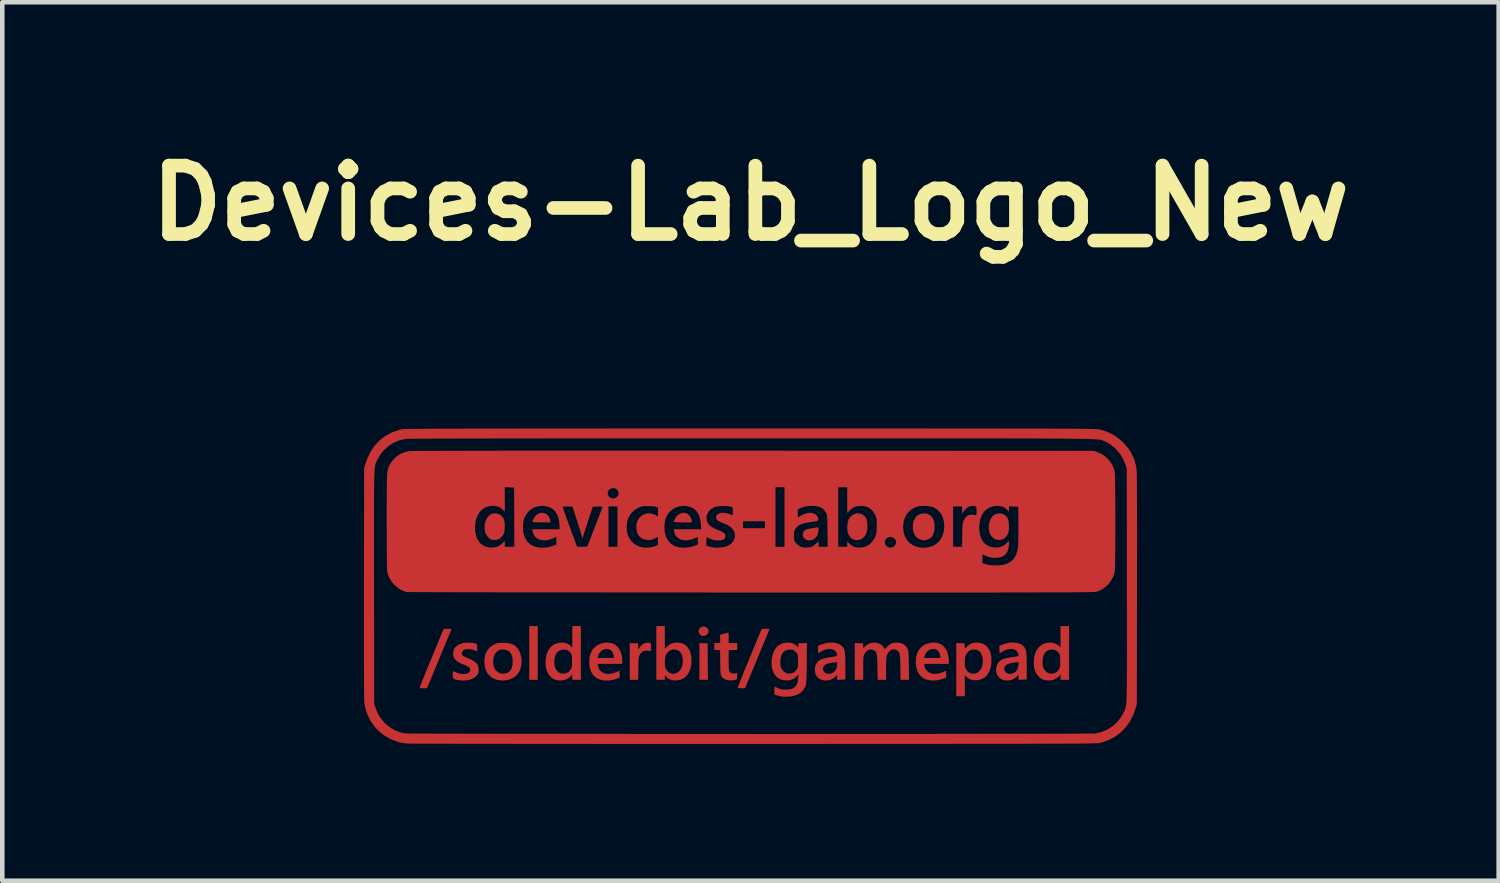
<source format=kicad_pcb>
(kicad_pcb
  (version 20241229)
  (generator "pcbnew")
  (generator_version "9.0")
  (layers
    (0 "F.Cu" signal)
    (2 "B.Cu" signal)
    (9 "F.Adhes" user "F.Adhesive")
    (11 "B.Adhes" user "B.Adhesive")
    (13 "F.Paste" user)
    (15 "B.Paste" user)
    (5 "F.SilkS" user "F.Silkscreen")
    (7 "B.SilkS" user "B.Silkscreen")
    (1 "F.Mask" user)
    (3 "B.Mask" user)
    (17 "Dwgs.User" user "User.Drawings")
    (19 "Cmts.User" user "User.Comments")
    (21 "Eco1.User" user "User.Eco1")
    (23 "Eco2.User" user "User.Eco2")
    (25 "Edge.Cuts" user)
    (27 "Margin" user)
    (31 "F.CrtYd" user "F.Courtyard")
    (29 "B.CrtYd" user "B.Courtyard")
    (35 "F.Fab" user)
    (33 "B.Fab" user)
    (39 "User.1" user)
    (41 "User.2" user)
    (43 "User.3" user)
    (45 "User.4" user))
  (footprint "Devices-Lab_Logo_New"
    (layer "F.Cu")
    (at 13.407 9.804)
    (property "Reference" "Devices-Lab_Logo_New" (at 0 -8.4 0) (layer "F.SilkS") (effects (font (size 1.5 1.5) (thickness 0.3))))
    (attr board_only exclude_from_pos_files exclude_from_bom)
    (fp_poly (pts (xy -4.665 1.464) (xy -4.665 2.053) (xy -4.758 2.053) (xy -4.851 2.053) (xy -4.851 1.464) (xy -4.851 0.875) (xy -4.758 0.875) (xy -4.665 0.875)) (stroke (width 0) (type solid)) (fill yes) (layer "F.Cu"))
    (fp_poly (pts (xy -1.029 1.25) (xy -0.939 1.254) (xy -0.936 1.653) (xy -0.933 2.053) (xy -1.026 2.053) (xy -1.12 2.053) (xy -1.12 1.65) (xy -1.12 1.247)) (stroke (width 0) (type solid)) (fill yes) (layer "F.Cu"))
    (fp_poly (pts (xy -0.99 0.89) (xy -0.95 0.915) (xy -0.95 0.915) (xy -0.925 0.953) (xy -0.92 0.993) (xy -0.931 1.031) (xy -0.956 1.062) (xy -0.991 1.084) (xy -1.034 1.091) (xy -1.075 1.083) (xy -1.103 1.062) (xy -1.126 1.029) (xy -1.138 0.991) (xy -1.136 0.965) (xy -1.113 0.923) (xy -1.077 0.896) (xy -1.034 0.884)) (stroke (width 0) (type solid)) (fill yes) (layer "F.Cu"))
    (fp_poly (pts (xy -4.534 -1.606) (xy -4.481 -1.585) (xy -4.437 -1.546) (xy -4.405 -1.492) (xy -4.392 -1.443) (xy -4.384 -1.399) (xy -4.583 -1.399) (xy -4.659 -1.4) (xy -4.715 -1.401) (xy -4.752 -1.404) (xy -4.773 -1.408) (xy -4.781 -1.413) (xy -4.781 -1.414) (xy -4.774 -1.443) (xy -4.756 -1.481) (xy -4.732 -1.519) (xy -4.707 -1.55) (xy -4.704 -1.553) (xy -4.649 -1.592) (xy -4.591 -1.609)) (stroke (width 0) (type solid)) (fill yes) (layer "F.Cu"))
    (fp_poly (pts (xy -1.432 -1.606) (xy -1.379 -1.585) (xy -1.335 -1.546) (xy -1.303 -1.492) (xy -1.289 -1.443) (xy -1.282 -1.399) (xy -1.481 -1.399) (xy -1.557 -1.4) (xy -1.613 -1.401) (xy -1.65 -1.404) (xy -1.671 -1.408) (xy -1.679 -1.413) (xy -1.679 -1.414) (xy -1.672 -1.443) (xy -1.654 -1.481) (xy -1.63 -1.519) (xy -1.605 -1.55) (xy -1.602 -1.553) (xy -1.547 -1.592) (xy -1.489 -1.609)) (stroke (width 0) (type solid)) (fill yes) (layer "F.Cu"))
    (fp_poly (pts (xy 1.491 -1.281) (xy 1.493 -1.256) (xy 1.493 -1.245) (xy 1.484 -1.167) (xy 1.458 -1.102) (xy 1.418 -1.051) (xy 1.364 -1.018) (xy 1.299 -1.003) (xy 1.285 -1.003) (xy 1.234 -1.013) (xy 1.2 -1.03) (xy 1.163 -1.067) (xy 1.146 -1.113) (xy 1.151 -1.165) (xy 1.158 -1.184) (xy 1.176 -1.212) (xy 1.203 -1.233) (xy 1.241 -1.249) (xy 1.296 -1.262) (xy 1.347 -1.27) (xy 1.395 -1.277) (xy 1.436 -1.284) (xy 1.463 -1.289) (xy 1.467 -1.289) (xy 1.483 -1.291)) (stroke (width 0) (type solid)) (fill yes) (layer "F.Cu"))
    (fp_poly (pts (xy 2.437 -1.581) (xy 2.49 -1.548) (xy 2.53 -1.498) (xy 2.537 -1.485) (xy 2.552 -1.439) (xy 2.561 -1.379) (xy 2.564 -1.313) (xy 2.561 -1.248) (xy 2.555 -1.206) (xy 2.529 -1.135) (xy 2.49 -1.077) (xy 2.439 -1.036) (xy 2.38 -1.013) (xy 2.315 -1.01) (xy 2.292 -1.014) (xy 2.237 -1.034) (xy 2.195 -1.066) (xy 2.177 -1.088) (xy 2.148 -1.136) (xy 2.131 -1.19) (xy 2.123 -1.255) (xy 2.122 -1.288) (xy 2.129 -1.381) (xy 2.15 -1.456) (xy 2.185 -1.515) (xy 2.2 -1.531) (xy 2.255 -1.572) (xy 2.316 -1.594) (xy 2.378 -1.596)) (stroke (width 0) (type solid)) (fill yes) (layer "F.Cu"))
    (fp_poly (pts (xy -5.546 -1.59) (xy -5.489 -1.567) (xy -5.475 -1.557) (xy -5.436 -1.52) (xy -5.409 -1.474) (xy -5.394 -1.416) (xy -5.388 -1.341) (xy -5.388 -1.324) (xy -5.39 -1.248) (xy -5.398 -1.19) (xy -5.413 -1.144) (xy -5.435 -1.106) (xy -5.449 -1.089) (xy -5.504 -1.041) (xy -5.567 -1.015) (xy -5.635 -1.01) (xy -5.671 -1.017) (xy -5.713 -1.038) (xy -5.755 -1.076) (xy -5.791 -1.123) (xy -5.815 -1.173) (xy -5.818 -1.183) (xy -5.83 -1.265) (xy -5.828 -1.345) (xy -5.811 -1.42) (xy -5.783 -1.487) (xy -5.743 -1.54) (xy -5.694 -1.577) (xy -5.671 -1.587) (xy -5.61 -1.597)) (stroke (width 0) (type solid)) (fill yes) (layer "F.Cu"))
    (fp_poly (pts (xy 5.535 -1.583) (xy 5.588 -1.551) (xy 5.631 -1.503) (xy 5.645 -1.477) (xy 5.657 -1.437) (xy 5.665 -1.381) (xy 5.668 -1.318) (xy 5.667 -1.254) (xy 5.661 -1.199) (xy 5.655 -1.175) (xy 5.636 -1.132) (xy 5.605 -1.087) (xy 5.568 -1.05) (xy 5.547 -1.035) (xy 5.498 -1.018) (xy 5.442 -1.012) (xy 5.403 -1.015) (xy 5.344 -1.038) (xy 5.294 -1.081) (xy 5.279 -1.099) (xy 5.246 -1.16) (xy 5.228 -1.233) (xy 5.225 -1.312) (xy 5.235 -1.391) (xy 5.26 -1.463) (xy 5.298 -1.523) (xy 5.302 -1.528) (xy 5.354 -1.57) (xy 5.413 -1.593) (xy 5.475 -1.597)) (stroke (width 0) (type solid)) (fill yes) (layer "F.Cu"))
    (fp_poly (pts (xy 3.877 -1.587) (xy 3.937 -1.557) (xy 3.976 -1.52) (xy 4.008 -1.469) (xy 4.028 -1.407) (xy 4.037 -1.33) (xy 4.037 -1.292) (xy 4.03 -1.212) (xy 4.01 -1.142) (xy 3.979 -1.086) (xy 3.945 -1.052) (xy 3.918 -1.037) (xy 3.881 -1.023) (xy 3.843 -1.011) (xy 3.812 -1.005) (xy 3.802 -1.005) (xy 3.788 -1.007) (xy 3.76 -1.013) (xy 3.753 -1.014) (xy 3.686 -1.038) (xy 3.632 -1.081) (xy 3.592 -1.14) (xy 3.567 -1.216) (xy 3.56 -1.27) (xy 3.562 -1.36) (xy 3.581 -1.439) (xy 3.615 -1.503) (xy 3.664 -1.553) (xy 3.725 -1.584) (xy 3.797 -1.597) (xy 3.806 -1.597)) (stroke (width 0) (type solid)) (fill yes) (layer "F.Cu"))
    (fp_poly (pts (xy -2.207 1.244) (xy -2.193 1.249) (xy -2.186 1.26) (xy -2.182 1.283) (xy -2.181 1.321) (xy -2.181 1.335) (xy -2.181 1.42) (xy -2.254 1.415) (xy -2.317 1.417) (xy -2.366 1.434) (xy -2.404 1.469) (xy -2.428 1.507) (xy -2.437 1.525) (xy -2.444 1.543) (xy -2.449 1.566) (xy -2.452 1.596) (xy -2.455 1.638) (xy -2.457 1.694) (xy -2.458 1.768) (xy -2.459 1.805) (xy -2.462 2.053) (xy -2.555 2.053) (xy -2.647 2.053) (xy -2.647 1.65) (xy -2.647 1.247) (xy -2.557 1.25) (xy -2.467 1.254) (xy -2.463 1.322) (xy -2.459 1.39) (xy -2.425 1.336) (xy -2.38 1.285) (xy -2.325 1.251) (xy -2.264 1.238)) (stroke (width 0) (type solid)) (fill yes) (layer "F.Cu"))
    (fp_poly (pts (xy -6.568 0.936) (xy -6.557 0.942) (xy -6.557 0.947) (xy -6.563 0.96) (xy -6.577 0.993) (xy -6.597 1.044) (xy -6.625 1.11) (xy -6.658 1.19) (xy -6.696 1.281) (xy -6.738 1.383) (xy -6.784 1.492) (xy -6.823 1.586) (xy -6.87 1.7) (xy -6.915 1.808) (xy -6.956 1.908) (xy -6.993 1.998) (xy -7.025 2.075) (xy -7.052 2.139) (xy -7.071 2.186) (xy -7.083 2.215) (xy -7.087 2.225) (xy -7.101 2.233) (xy -7.129 2.238) (xy -7.166 2.24) (xy -7.203 2.239) (xy -7.234 2.235) (xy -7.252 2.228) (xy -7.254 2.224) (xy -7.249 2.211) (xy -7.237 2.178) (xy -7.217 2.127) (xy -7.191 2.061) (xy -7.158 1.981) (xy -7.121 1.889) (xy -7.08 1.787) (xy -7.035 1.677) (xy -6.992 1.574) (xy -6.73 0.939) (xy -6.641 0.935) (xy -6.594 0.934)) (stroke (width 0) (type solid)) (fill yes) (layer "F.Cu"))
    (fp_poly (pts (xy 0.406 0.936) (xy 0.417 0.942) (xy 0.416 0.947) (xy 0.411 0.96) (xy 0.397 0.993) (xy 0.376 1.044) (xy 0.349 1.11) (xy 0.316 1.19) (xy 0.278 1.281) (xy 0.236 1.383) (xy 0.19 1.492) (xy 0.151 1.586) (xy 0.104 1.7) (xy 0.059 1.808) (xy 0.018 1.908) (xy -0.019 1.998) (xy -0.051 2.075) (xy -0.078 2.139) (xy -0.097 2.186) (xy -0.109 2.215) (xy -0.113 2.225) (xy -0.127 2.233) (xy -0.156 2.238) (xy -0.192 2.24) (xy -0.229 2.239) (xy -0.26 2.235) (xy -0.278 2.228) (xy -0.28 2.224) (xy -0.276 2.211) (xy -0.263 2.178) (xy -0.243 2.127) (xy -0.217 2.061) (xy -0.185 1.981) (xy -0.147 1.889) (xy -0.106 1.787) (xy -0.061 1.677) (xy -0.018 1.574) (xy 0.244 0.939) (xy 0.333 0.935) (xy 0.38 0.934)) (stroke (width 0) (type solid)) (fill yes) (layer "F.Cu"))
    (fp_poly (pts (xy -0.483 1.027) (xy -0.48 1.049) (xy -0.478 1.088) (xy -0.478 1.13) (xy -0.478 1.248) (xy -0.385 1.248) (xy -0.292 1.248) (xy -0.292 1.324) (xy -0.292 1.399) (xy -0.385 1.399) (xy -0.478 1.399) (xy -0.478 1.626) (xy -0.478 1.704) (xy -0.477 1.763) (xy -0.476 1.805) (xy -0.473 1.834) (xy -0.469 1.854) (xy -0.463 1.868) (xy -0.455 1.879) (xy -0.452 1.883) (xy -0.415 1.909) (xy -0.365 1.916) (xy -0.324 1.909) (xy -0.292 1.9) (xy -0.292 1.971) (xy -0.293 2.011) (xy -0.297 2.034) (xy -0.307 2.046) (xy -0.318 2.051) (xy -0.373 2.064) (xy -0.44 2.067) (xy -0.495 2.063) (xy -0.557 2.045) (xy -0.607 2.01) (xy -0.635 1.978) (xy -0.643 1.966) (xy -0.648 1.953) (xy -0.653 1.933) (xy -0.656 1.906) (xy -0.659 1.866) (xy -0.66 1.812) (xy -0.662 1.741) (xy -0.663 1.673) (xy -0.666 1.399) (xy -0.73 1.399) (xy -0.793 1.399) (xy -0.793 1.324) (xy -0.793 1.248) (xy -0.729 1.248) (xy -0.665 1.248) (xy -0.665 1.157) (xy -0.665 1.066) (xy -0.59 1.046) (xy -0.548 1.035) (xy -0.514 1.025) (xy -0.496 1.019) (xy -0.488 1.019)) (stroke (width 0) (type solid)) (fill yes) (layer "F.Cu"))
    (fp_poly (pts (xy -3.059 1.246) (xy -2.983 1.275) (xy -2.951 1.296) (xy -2.899 1.347) (xy -2.858 1.415) (xy -2.828 1.497) (xy -2.813 1.589) (xy -2.811 1.636) (xy -2.811 1.703) (xy -3.079 1.703) (xy -3.347 1.703) (xy -3.347 1.732) (xy -3.336 1.788) (xy -3.306 1.839) (xy -3.26 1.883) (xy -3.203 1.912) (xy -3.2 1.913) (xy -3.143 1.923) (xy -3.076 1.921) (xy -3.008 1.909) (xy -2.946 1.887) (xy -2.942 1.885) (xy -2.908 1.869) (xy -2.884 1.857) (xy -2.875 1.854) (xy -2.872 1.865) (xy -2.87 1.893) (xy -2.869 1.929) (xy -2.869 2.003) (xy -2.924 2.027) (xy -3.004 2.052) (xy -3.095 2.067) (xy -3.187 2.069) (xy -3.238 2.064) (xy -3.324 2.041) (xy -3.397 1.999) (xy -3.456 1.941) (xy -3.499 1.865) (xy -3.526 1.775) (xy -3.536 1.671) (xy -3.536 1.662) (xy -3.53 1.574) (xy -3.35 1.574) (xy -3.174 1.574) (xy -2.997 1.574) (xy -2.997 1.539) (xy -3.005 1.494) (xy -3.027 1.448) (xy -3.056 1.41) (xy -3.078 1.394) (xy -3.134 1.377) (xy -3.191 1.38) (xy -3.245 1.402) (xy -3.292 1.439) (xy -3.326 1.489) (xy -3.342 1.537) (xy -3.35 1.574) (xy -3.53 1.574) (xy -3.529 1.56) (xy -3.507 1.474) (xy -3.468 1.399) (xy -3.442 1.365) (xy -3.38 1.308) (xy -3.306 1.268) (xy -3.225 1.243) (xy -3.141 1.236)) (stroke (width 0) (type solid)) (fill yes) (layer "F.Cu"))
    (fp_poly (pts (xy 4.101 1.246) (xy 4.177 1.275) (xy 4.21 1.296) (xy 4.262 1.347) (xy 4.303 1.415) (xy 4.332 1.497) (xy 4.348 1.589) (xy 4.35 1.636) (xy 4.35 1.703) (xy 4.082 1.703) (xy 3.813 1.703) (xy 3.813 1.732) (xy 3.824 1.788) (xy 3.855 1.839) (xy 3.901 1.883) (xy 3.958 1.912) (xy 3.961 1.913) (xy 4.017 1.923) (xy 4.084 1.921) (xy 4.153 1.909) (xy 4.214 1.887) (xy 4.218 1.885) (xy 4.252 1.869) (xy 4.277 1.857) (xy 4.285 1.854) (xy 4.289 1.865) (xy 4.291 1.893) (xy 4.292 1.929) (xy 4.292 2.003) (xy 4.236 2.027) (xy 4.156 2.052) (xy 4.065 2.067) (xy 3.973 2.069) (xy 3.923 2.064) (xy 3.836 2.041) (xy 3.763 1.999) (xy 3.705 1.941) (xy 3.662 1.865) (xy 3.634 1.775) (xy 3.624 1.671) (xy 3.624 1.662) (xy 3.63 1.574) (xy 3.811 1.574) (xy 3.987 1.574) (xy 4.163 1.574) (xy 4.163 1.539) (xy 4.155 1.494) (xy 4.134 1.448) (xy 4.104 1.41) (xy 4.082 1.394) (xy 4.026 1.377) (xy 3.969 1.38) (xy 3.915 1.402) (xy 3.869 1.439) (xy 3.834 1.489) (xy 3.818 1.537) (xy 3.811 1.574) (xy 3.63 1.574) (xy 3.631 1.56) (xy 3.654 1.474) (xy 3.693 1.399) (xy 3.718 1.365) (xy 3.78 1.308) (xy 3.854 1.268) (xy 3.935 1.243) (xy 4.019 1.236)) (stroke (width 0) (type solid)) (fill yes) (layer "F.Cu"))
    (fp_poly (pts (xy -5.332 1.245) (xy -5.265 1.257) (xy -5.209 1.277) (xy -5.16 1.309) (xy -5.133 1.333) (xy -5.084 1.395) (xy -5.049 1.471) (xy -5.026 1.558) (xy -5.018 1.649) (xy -5.025 1.739) (xy -5.048 1.824) (xy -5.063 1.858) (xy -5.113 1.934) (xy -5.179 1.994) (xy -5.259 2.037) (xy -5.349 2.063) (xy -5.449 2.069) (xy -5.508 2.063) (xy -5.556 2.053) (xy -5.603 2.04) (xy -5.624 2.031) (xy -5.674 2.001) (xy -5.725 1.957) (xy -5.769 1.907) (xy -5.797 1.86) (xy -5.822 1.78) (xy -5.834 1.689) (xy -5.833 1.625) (xy -5.642 1.625) (xy -5.642 1.705) (xy -5.629 1.769) (xy -5.603 1.822) (xy -5.583 1.847) (xy -5.531 1.89) (xy -5.469 1.915) (xy -5.402 1.919) (xy -5.336 1.903) (xy -5.319 1.895) (xy -5.271 1.858) (xy -5.238 1.802) (xy -5.219 1.728) (xy -5.213 1.646) (xy -5.221 1.559) (xy -5.245 1.49) (xy -5.283 1.438) (xy -5.336 1.405) (xy -5.403 1.389) (xy -5.43 1.388) (xy -5.498 1.398) (xy -5.554 1.428) (xy -5.597 1.476) (xy -5.627 1.541) (xy -5.641 1.621) (xy -5.642 1.625) (xy -5.833 1.625) (xy -5.832 1.595) (xy -5.816 1.506) (xy -5.797 1.451) (xy -5.761 1.393) (xy -5.708 1.337) (xy -5.644 1.29) (xy -5.611 1.273) (xy -5.579 1.259) (xy -5.549 1.25) (xy -5.516 1.245) (xy -5.472 1.242) (xy -5.417 1.242)) (stroke (width 0) (type solid)) (fill yes) (layer "F.Cu"))
    (fp_poly (pts (xy -1.878 1.123) (xy -1.878 1.372) (xy -1.822 1.318) (xy -1.769 1.276) (xy -1.711 1.249) (xy -1.644 1.238) (xy -1.602 1.236) (xy -1.519 1.247) (xy -1.448 1.276) (xy -1.39 1.324) (xy -1.344 1.39) (xy -1.312 1.471) (xy -1.295 1.567) (xy -1.294 1.677) (xy -1.296 1.71) (xy -1.314 1.806) (xy -1.349 1.89) (xy -1.398 1.96) (xy -1.46 2.014) (xy -1.532 2.051) (xy -1.613 2.068) (xy -1.697 2.065) (xy -1.753 2.05) (xy -1.801 2.023) (xy -1.84 1.991) (xy -1.878 1.955) (xy -1.878 2.004) (xy -1.878 2.053) (xy -1.971 2.053) (xy -2.064 2.053) (xy -2.064 1.667) (xy -1.877 1.667) (xy -1.877 1.721) (xy -1.874 1.759) (xy -1.867 1.787) (xy -1.856 1.813) (xy -1.847 1.828) (xy -1.809 1.876) (xy -1.769 1.902) (xy -1.731 1.917) (xy -1.701 1.923) (xy -1.669 1.919) (xy -1.639 1.911) (xy -1.583 1.884) (xy -1.538 1.838) (xy -1.505 1.777) (xy -1.487 1.702) (xy -1.483 1.617) (xy -1.484 1.608) (xy -1.497 1.527) (xy -1.524 1.465) (xy -1.565 1.421) (xy -1.62 1.396) (xy -1.648 1.391) (xy -1.704 1.389) (xy -1.748 1.4) (xy -1.79 1.425) (xy -1.797 1.431) (xy -1.833 1.469) (xy -1.857 1.514) (xy -1.871 1.571) (xy -1.877 1.644) (xy -1.877 1.667) (xy -2.064 1.667) (xy -2.064 1.464) (xy -2.064 0.875) (xy -1.971 0.875) (xy -1.878 0.875)) (stroke (width 0) (type solid)) (fill yes) (layer "F.Cu"))
    (fp_poly (pts (xy 5.058 1.247) (xy 5.13 1.278) (xy 5.19 1.327) (xy 5.236 1.393) (xy 5.268 1.474) (xy 5.281 1.549) (xy 5.285 1.664) (xy 5.272 1.767) (xy 5.244 1.857) (xy 5.202 1.933) (xy 5.146 1.993) (xy 5.078 2.035) (xy 4.999 2.059) (xy 4.94 2.064) (xy 4.856 2.055) (xy 4.786 2.029) (xy 4.732 1.984) (xy 4.729 1.981) (xy 4.7 1.946) (xy 4.7 2.18) (xy 4.7 2.414) (xy 4.607 2.414) (xy 4.513 2.414) (xy 4.513 1.83) (xy 4.513 1.667) (xy 4.7 1.667) (xy 4.701 1.721) (xy 4.704 1.759) (xy 4.71 1.787) (xy 4.722 1.813) (xy 4.73 1.828) (xy 4.768 1.876) (xy 4.809 1.902) (xy 4.847 1.917) (xy 4.876 1.923) (xy 4.908 1.919) (xy 4.938 1.911) (xy 4.995 1.884) (xy 5.04 1.838) (xy 5.072 1.777) (xy 5.091 1.702) (xy 5.094 1.617) (xy 5.094 1.608) (xy 5.08 1.527) (xy 5.053 1.465) (xy 5.012 1.421) (xy 4.958 1.396) (xy 4.929 1.391) (xy 4.873 1.389) (xy 4.829 1.4) (xy 4.788 1.425) (xy 4.781 1.431) (xy 4.745 1.469) (xy 4.72 1.514) (xy 4.706 1.571) (xy 4.7 1.644) (xy 4.7 1.667) (xy 4.513 1.667) (xy 4.513 1.247) (xy 4.604 1.25) (xy 4.694 1.254) (xy 4.697 1.312) (xy 4.701 1.371) (xy 4.756 1.318) (xy 4.809 1.275) (xy 4.867 1.249) (xy 4.935 1.238) (xy 4.975 1.236)) (stroke (width 0) (type solid)) (fill yes) (layer "F.Cu"))
    (fp_poly (pts (xy -3.72 1.464) (xy -3.72 2.053) (xy -3.813 2.053) (xy -3.907 2.053) (xy -3.907 1.992) (xy -3.907 1.931) (xy -3.942 1.973) (xy -3.996 2.021) (xy -4.064 2.053) (xy -4.144 2.068) (xy -4.23 2.064) (xy -4.237 2.063) (xy -4.311 2.04) (xy -4.373 1.998) (xy -4.424 1.939) (xy -4.462 1.865) (xy -4.486 1.778) (xy -4.495 1.68) (xy -4.492 1.634) (xy -4.301 1.634) (xy -4.299 1.724) (xy -4.281 1.797) (xy -4.247 1.854) (xy -4.197 1.895) (xy -4.182 1.903) (xy -4.121 1.919) (xy -4.057 1.912) (xy -4.01 1.894) (xy -3.983 1.874) (xy -3.955 1.843) (xy -3.945 1.829) (xy -3.931 1.806) (xy -3.922 1.786) (xy -3.916 1.761) (xy -3.914 1.728) (xy -3.913 1.679) (xy -3.913 1.643) (xy -3.914 1.575) (xy -3.918 1.525) (xy -3.928 1.488) (xy -3.946 1.459) (xy -3.973 1.434) (xy -4.001 1.413) (xy -4.031 1.396) (xy -4.061 1.39) (xy -4.103 1.39) (xy -4.106 1.39) (xy -4.173 1.404) (xy -4.226 1.436) (xy -4.265 1.485) (xy -4.29 1.553) (xy -4.301 1.634) (xy -4.492 1.634) (xy -4.489 1.587) (xy -4.468 1.486) (xy -4.43 1.401) (xy -4.378 1.332) (xy -4.313 1.281) (xy -4.236 1.249) (xy -4.147 1.236) (xy -4.138 1.236) (xy -4.059 1.245) (xy -3.992 1.272) (xy -3.945 1.309) (xy -3.907 1.346) (xy -3.907 1.11) (xy -3.907 0.875) (xy -3.813 0.875) (xy -3.72 0.875)) (stroke (width 0) (type solid)) (fill yes) (layer "F.Cu"))
    (fp_poly (pts (xy 6.986 1.464) (xy 6.986 2.053) (xy 6.892 2.053) (xy 6.799 2.053) (xy 6.799 1.992) (xy 6.799 1.931) (xy 6.764 1.973) (xy 6.71 2.021) (xy 6.641 2.053) (xy 6.562 2.068) (xy 6.476 2.064) (xy 6.468 2.063) (xy 6.395 2.04) (xy 6.333 1.998) (xy 6.282 1.939) (xy 6.244 1.865) (xy 6.22 1.778) (xy 6.211 1.68) (xy 6.214 1.634) (xy 6.405 1.634) (xy 6.407 1.724) (xy 6.425 1.797) (xy 6.459 1.854) (xy 6.509 1.895) (xy 6.524 1.903) (xy 6.585 1.919) (xy 6.649 1.912) (xy 6.695 1.894) (xy 6.722 1.874) (xy 6.751 1.843) (xy 6.761 1.829) (xy 6.775 1.806) (xy 6.784 1.786) (xy 6.789 1.761) (xy 6.792 1.728) (xy 6.793 1.679) (xy 6.793 1.643) (xy 6.792 1.575) (xy 6.787 1.525) (xy 6.777 1.488) (xy 6.76 1.459) (xy 6.733 1.434) (xy 6.705 1.413) (xy 6.675 1.396) (xy 6.645 1.39) (xy 6.603 1.39) (xy 6.6 1.39) (xy 6.533 1.404) (xy 6.48 1.436) (xy 6.441 1.485) (xy 6.416 1.553) (xy 6.405 1.634) (xy 6.214 1.634) (xy 6.216 1.587) (xy 6.238 1.486) (xy 6.276 1.401) (xy 6.327 1.332) (xy 6.393 1.281) (xy 6.47 1.249) (xy 6.559 1.236) (xy 6.568 1.236) (xy 6.647 1.245) (xy 6.714 1.272) (xy 6.761 1.309) (xy 6.799 1.346) (xy 6.799 1.11) (xy 6.799 0.875) (xy 6.892 0.875) (xy 6.986 0.875)) (stroke (width 0) (type solid)) (fill yes) (layer "F.Cu"))
    (fp_poly (pts (xy -6.151 1.239) (xy -6.09 1.244) (xy -6.041 1.253) (xy -6.026 1.258) (xy -6.01 1.266) (xy -6 1.277) (xy -5.996 1.298) (xy -5.994 1.334) (xy -5.994 1.353) (xy -5.994 1.435) (xy -6.044 1.409) (xy -6.08 1.394) (xy -6.119 1.385) (xy -6.172 1.382) (xy -6.183 1.382) (xy -6.23 1.383) (xy -6.261 1.387) (xy -6.282 1.395) (xy -6.301 1.409) (xy -6.302 1.41) (xy -6.327 1.446) (xy -6.331 1.483) (xy -6.313 1.517) (xy -6.303 1.526) (xy -6.277 1.542) (xy -6.238 1.561) (xy -6.193 1.58) (xy -6.192 1.581) (xy -6.111 1.617) (xy -6.046 1.657) (xy -6 1.699) (xy -5.981 1.726) (xy -5.966 1.771) (xy -5.96 1.826) (xy -5.963 1.88) (xy -5.976 1.923) (xy -6.017 1.977) (xy -6.075 2.019) (xy -6.149 2.049) (xy -6.236 2.066) (xy -6.332 2.068) (xy -6.388 2.063) (xy -6.432 2.056) (xy -6.472 2.046) (xy -6.493 2.039) (xy -6.511 2.027) (xy -6.521 2.012) (xy -6.526 1.985) (xy -6.528 1.955) (xy -6.53 1.906) (xy -6.527 1.878) (xy -6.515 1.868) (xy -6.492 1.873) (xy -6.454 1.891) (xy -6.451 1.892) (xy -6.407 1.912) (xy -6.367 1.922) (xy -6.32 1.926) (xy -6.297 1.926) (xy -6.233 1.922) (xy -6.188 1.908) (xy -6.161 1.883) (xy -6.148 1.846) (xy -6.148 1.843) (xy -6.149 1.814) (xy -6.161 1.79) (xy -6.186 1.769) (xy -6.228 1.746) (xy -6.278 1.725) (xy -6.362 1.688) (xy -6.426 1.652) (xy -6.471 1.615) (xy -6.5 1.573) (xy -6.515 1.525) (xy -6.519 1.475) (xy -6.51 1.406) (xy -6.482 1.349) (xy -6.435 1.303) (xy -6.368 1.267) (xy -6.323 1.252) (xy -6.275 1.243) (xy -6.215 1.239)) (stroke (width 0) (type solid)) (fill yes) (layer "F.Cu"))
    (fp_poly (pts (xy 1.884 1.248) (xy 1.952 1.273) (xy 2.005 1.312) (xy 2.01 1.317) (xy 2.03 1.341) (xy 2.046 1.366) (xy 2.058 1.394) (xy 2.067 1.428) (xy 2.073 1.472) (xy 2.078 1.528) (xy 2.08 1.6) (xy 2.081 1.69) (xy 2.081 1.755) (xy 2.082 2.047) (xy 1.991 2.05) (xy 1.901 2.054) (xy 1.901 1.999) (xy 1.901 1.944) (xy 1.857 1.987) (xy 1.794 2.036) (xy 1.722 2.063) (xy 1.641 2.068) (xy 1.604 2.064) (xy 1.538 2.046) (xy 1.485 2.012) (xy 1.454 1.979) (xy 1.425 1.926) (xy 1.411 1.862) (xy 1.412 1.824) (xy 1.588 1.824) (xy 1.602 1.865) (xy 1.634 1.899) (xy 1.678 1.919) (xy 1.729 1.924) (xy 1.78 1.913) (xy 1.808 1.898) (xy 1.852 1.861) (xy 1.88 1.819) (xy 1.895 1.765) (xy 1.898 1.738) (xy 1.904 1.665) (xy 1.836 1.673) (xy 1.759 1.684) (xy 1.702 1.696) (xy 1.661 1.71) (xy 1.631 1.728) (xy 1.619 1.738) (xy 1.592 1.779) (xy 1.588 1.824) (xy 1.412 1.824) (xy 1.413 1.794) (xy 1.43 1.729) (xy 1.462 1.672) (xy 1.466 1.667) (xy 1.493 1.64) (xy 1.525 1.617) (xy 1.565 1.599) (xy 1.617 1.583) (xy 1.685 1.569) (xy 1.771 1.555) (xy 1.805 1.55) (xy 1.857 1.542) (xy 1.888 1.531) (xy 1.901 1.516) (xy 1.899 1.492) (xy 1.885 1.456) (xy 1.883 1.452) (xy 1.852 1.413) (xy 1.806 1.388) (xy 1.75 1.377) (xy 1.686 1.381) (xy 1.618 1.399) (xy 1.55 1.432) (xy 1.537 1.441) (xy 1.509 1.458) (xy 1.491 1.468) (xy 1.487 1.469) (xy 1.484 1.459) (xy 1.482 1.431) (xy 1.481 1.391) (xy 1.481 1.389) (xy 1.481 1.309) (xy 1.538 1.285) (xy 1.627 1.254) (xy 1.717 1.238) (xy 1.804 1.236)) (stroke (width 0) (type solid)) (fill yes) (layer "F.Cu"))
    (fp_poly (pts (xy 5.86 1.248) (xy 5.929 1.273) (xy 5.982 1.312) (xy 5.987 1.317) (xy 6.007 1.341) (xy 6.023 1.366) (xy 6.035 1.394) (xy 6.044 1.428) (xy 6.05 1.472) (xy 6.054 1.528) (xy 6.057 1.6) (xy 6.058 1.69) (xy 6.058 1.755) (xy 6.058 2.047) (xy 5.968 2.05) (xy 5.878 2.054) (xy 5.878 1.999) (xy 5.878 1.944) (xy 5.834 1.987) (xy 5.771 2.036) (xy 5.699 2.063) (xy 5.617 2.068) (xy 5.58 2.064) (xy 5.514 2.046) (xy 5.462 2.012) (xy 5.43 1.979) (xy 5.401 1.926) (xy 5.388 1.862) (xy 5.389 1.824) (xy 5.565 1.824) (xy 5.579 1.865) (xy 5.61 1.899) (xy 5.655 1.919) (xy 5.705 1.924) (xy 5.757 1.913) (xy 5.785 1.898) (xy 5.829 1.861) (xy 5.857 1.819) (xy 5.871 1.765) (xy 5.875 1.738) (xy 5.881 1.665) (xy 5.812 1.673) (xy 5.736 1.684) (xy 5.679 1.696) (xy 5.637 1.71) (xy 5.607 1.728) (xy 5.595 1.738) (xy 5.569 1.779) (xy 5.565 1.824) (xy 5.389 1.824) (xy 5.39 1.794) (xy 5.407 1.729) (xy 5.438 1.672) (xy 5.443 1.667) (xy 5.47 1.64) (xy 5.501 1.617) (xy 5.542 1.599) (xy 5.594 1.583) (xy 5.662 1.569) (xy 5.748 1.555) (xy 5.781 1.55) (xy 5.833 1.542) (xy 5.865 1.531) (xy 5.878 1.516) (xy 5.876 1.492) (xy 5.861 1.456) (xy 5.859 1.452) (xy 5.829 1.413) (xy 5.783 1.388) (xy 5.727 1.377) (xy 5.662 1.381) (xy 5.595 1.399) (xy 5.527 1.432) (xy 5.513 1.441) (xy 5.486 1.458) (xy 5.467 1.468) (xy 5.464 1.469) (xy 5.461 1.459) (xy 5.459 1.431) (xy 5.458 1.391) (xy 5.458 1.389) (xy 5.458 1.309) (xy 5.514 1.285) (xy 5.604 1.254) (xy 5.694 1.238) (xy 5.781 1.236)) (stroke (width 0) (type solid)) (fill yes) (layer "F.Cu"))
    (fp_poly (pts (xy 3.297 1.246) (xy 3.362 1.276) (xy 3.414 1.324) (xy 3.448 1.382) (xy 3.455 1.399) (xy 3.46 1.42) (xy 3.464 1.448) (xy 3.467 1.486) (xy 3.469 1.536) (xy 3.471 1.603) (xy 3.472 1.688) (xy 3.473 1.741) (xy 3.477 2.053) (xy 3.384 2.053) (xy 3.291 2.053) (xy 3.287 1.776) (xy 3.285 1.685) (xy 3.284 1.615) (xy 3.281 1.563) (xy 3.278 1.524) (xy 3.274 1.496) (xy 3.269 1.476) (xy 3.263 1.461) (xy 3.263 1.461) (xy 3.229 1.418) (xy 3.187 1.394) (xy 3.139 1.388) (xy 3.104 1.39) (xy 3.079 1.401) (xy 3.052 1.425) (xy 3.044 1.432) (xy 3.023 1.457) (xy 3.006 1.483) (xy 2.993 1.513) (xy 2.984 1.55) (xy 2.979 1.599) (xy 2.975 1.661) (xy 2.974 1.741) (xy 2.974 1.812) (xy 2.974 2.053) (xy 2.881 2.053) (xy 2.789 2.053) (xy 2.785 1.781) (xy 2.783 1.682) (xy 2.78 1.603) (xy 2.776 1.543) (xy 2.769 1.497) (xy 2.76 1.463) (xy 2.747 1.438) (xy 2.73 1.421) (xy 2.708 1.407) (xy 2.705 1.405) (xy 2.65 1.387) (xy 2.598 1.392) (xy 2.551 1.419) (xy 2.512 1.466) (xy 2.503 1.483) (xy 2.493 1.504) (xy 2.485 1.523) (xy 2.48 1.544) (xy 2.476 1.57) (xy 2.474 1.605) (xy 2.473 1.654) (xy 2.472 1.718) (xy 2.472 1.798) (xy 2.472 2.053) (xy 2.379 2.053) (xy 2.286 2.053) (xy 2.286 1.65) (xy 2.286 1.247) (xy 2.376 1.25) (xy 2.467 1.254) (xy 2.47 1.307) (xy 2.473 1.359) (xy 2.523 1.312) (xy 2.585 1.267) (xy 2.657 1.242) (xy 2.739 1.238) (xy 2.747 1.239) (xy 2.81 1.253) (xy 2.866 1.282) (xy 2.91 1.323) (xy 2.925 1.347) (xy 2.943 1.382) (xy 3.003 1.322) (xy 3.053 1.279) (xy 3.102 1.252) (xy 3.159 1.239) (xy 3.219 1.237)) (stroke (width 0) (type solid)) (fill yes) (layer "F.Cu"))
    (fp_poly (pts (xy 0.88 1.242) (xy 0.947 1.263) (xy 1.003 1.3) (xy 1.015 1.312) (xy 1.044 1.343) (xy 1.05 1.298) (xy 1.055 1.254) (xy 1.146 1.25) (xy 1.237 1.247) (xy 1.234 1.688) (xy 1.233 1.804) (xy 1.232 1.899) (xy 1.23 1.976) (xy 1.228 2.037) (xy 1.226 2.084) (xy 1.223 2.119) (xy 1.22 2.145) (xy 1.215 2.165) (xy 1.211 2.179) (xy 1.169 2.262) (xy 1.112 2.327) (xy 1.039 2.375) (xy 0.95 2.406) (xy 0.944 2.407) (xy 0.879 2.418) (xy 0.804 2.423) (xy 0.731 2.423) (xy 0.676 2.418) (xy 0.648 2.412) (xy 0.609 2.402) (xy 0.586 2.396) (xy 0.525 2.378) (xy 0.525 2.291) (xy 0.525 2.25) (xy 0.527 2.219) (xy 0.529 2.204) (xy 0.529 2.204) (xy 0.541 2.209) (xy 0.568 2.221) (xy 0.602 2.236) (xy 0.64 2.252) (xy 0.675 2.262) (xy 0.715 2.267) (xy 0.768 2.268) (xy 0.776 2.268) (xy 0.83 2.267) (xy 0.868 2.264) (xy 0.898 2.256) (xy 0.926 2.243) (xy 0.933 2.239) (xy 0.983 2.201) (xy 1.018 2.15) (xy 1.039 2.083) (xy 1.047 2.019) (xy 1.053 1.931) (xy 1.016 1.974) (xy 0.961 2.022) (xy 0.897 2.052) (xy 0.819 2.066) (xy 0.787 2.067) (xy 0.699 2.057) (xy 0.624 2.028) (xy 0.562 1.98) (xy 0.514 1.914) (xy 0.481 1.831) (xy 0.467 1.758) (xy 0.463 1.678) (xy 0.654 1.678) (xy 0.659 1.74) (xy 0.664 1.766) (xy 0.693 1.829) (xy 0.735 1.877) (xy 0.788 1.907) (xy 0.848 1.918) (xy 0.912 1.908) (xy 0.947 1.894) (xy 0.973 1.874) (xy 1.001 1.843) (xy 1.012 1.829) (xy 1.025 1.806) (xy 1.035 1.786) (xy 1.04 1.761) (xy 1.043 1.728) (xy 1.044 1.679) (xy 1.044 1.643) (xy 1.043 1.575) (xy 1.038 1.525) (xy 1.028 1.488) (xy 1.01 1.459) (xy 0.984 1.434) (xy 0.955 1.413) (xy 0.926 1.396) (xy 0.895 1.39) (xy 0.853 1.39) (xy 0.851 1.39) (xy 0.784 1.404) (xy 0.732 1.435) (xy 0.692 1.485) (xy 0.686 1.497) (xy 0.668 1.547) (xy 0.657 1.61) (xy 0.654 1.678) (xy 0.463 1.678) (xy 0.462 1.656) (xy 0.472 1.557) (xy 0.497 1.466) (xy 0.535 1.387) (xy 0.584 1.324) (xy 0.597 1.313) (xy 0.66 1.272) (xy 0.732 1.246) (xy 0.807 1.236)) (stroke (width 0) (type solid)) (fill yes) (layer "F.Cu"))
    (fp_poly (pts (xy 0.503 -3.458) (xy 0.983 -3.458) (xy 1.441 -3.458) (xy 1.878 -3.458) (xy 2.293 -3.458) (xy 2.687 -3.458) (xy 3.061 -3.458) (xy 3.416 -3.458) (xy 3.752 -3.458) (xy 4.069 -3.457) (xy 4.368 -3.457) (xy 4.65 -3.457) (xy 4.915 -3.457) (xy 5.163 -3.457) (xy 5.396 -3.457) (xy 5.613 -3.456) (xy 5.816 -3.456) (xy 6.004 -3.456) (xy 6.179 -3.456) (xy 6.341 -3.455) (xy 6.49 -3.455) (xy 6.626 -3.454) (xy 6.752 -3.454) (xy 6.866 -3.454) (xy 6.97 -3.453) (xy 7.064 -3.453) (xy 7.148 -3.452) (xy 7.223 -3.451) (xy 7.291 -3.451) (xy 7.35 -3.45) (xy 7.402 -3.449) (xy 7.448 -3.448) (xy 7.487 -3.447) (xy 7.52 -3.446) (xy 7.549 -3.445) (xy 7.572 -3.444) (xy 7.592 -3.443) (xy 7.608 -3.442) (xy 7.622 -3.441) (xy 7.632 -3.44) (xy 7.641 -3.438) (xy 7.649 -3.437) (xy 7.65 -3.437) (xy 7.795 -3.396) (xy 7.926 -3.338) (xy 8.048 -3.26) (xy 8.164 -3.16) (xy 8.175 -3.149) (xy 8.276 -3.034) (xy 8.355 -2.914) (xy 8.414 -2.786) (xy 8.453 -2.646) (xy 8.466 -2.564) (xy 8.468 -2.543) (xy 8.47 -2.504) (xy 8.471 -2.448) (xy 8.472 -2.375) (xy 8.473 -2.282) (xy 8.474 -2.171) (xy 8.475 -2.041) (xy 8.475 -1.891) (xy 8.476 -1.721) (xy 8.476 -1.531) (xy 8.477 -1.32) (xy 8.477 -1.088) (xy 8.477 -0.834) (xy 8.476 -0.557) (xy 8.476 -0.259) (xy 8.476 0.058) (xy 8.472 2.583) (xy 8.447 2.672) (xy 8.392 2.828) (xy 8.319 2.969) (xy 8.229 3.094) (xy 8.124 3.203) (xy 8.003 3.294) (xy 7.868 3.368) (xy 7.719 3.423) (xy 7.667 3.437) (xy 7.661 3.439) (xy 7.653 3.44) (xy 7.642 3.441) (xy 7.629 3.442) (xy 7.612 3.443) (xy 7.591 3.444) (xy 7.565 3.445) (xy 7.534 3.446) (xy 7.498 3.447) (xy 7.456 3.448) (xy 7.407 3.449) (xy 7.35 3.45) (xy 7.286 3.45) (xy 7.214 3.451) (xy 7.133 3.452) (xy 7.043 3.452) (xy 6.942 3.453) (xy 6.831 3.453) (xy 6.71 3.454) (xy 6.577 3.454) (xy 6.432 3.455) (xy 6.274 3.455) (xy 6.103 3.456) (xy 5.919 3.456) (xy 5.72 3.456) (xy 5.507 3.456) (xy 5.279 3.457) (xy 5.035 3.457) (xy 4.774 3.457) (xy 4.497 3.457) (xy 4.202 3.458) (xy 3.89 3.458) (xy 3.559 3.458) (xy 3.209 3.458) (xy 2.84 3.458) (xy 2.451 3.458) (xy 2.041 3.458) (xy 1.61 3.459) (xy 1.158 3.459) (xy 0.683 3.459) (xy 0.186 3.459) (xy 0.07 3.459) (xy -0.348 3.459) (xy -0.761 3.459) (xy -1.168 3.459) (xy -1.568 3.459) (xy -1.961 3.459) (xy -2.345 3.459) (xy -2.721 3.459) (xy -3.088 3.459) (xy -3.445 3.459) (xy -3.791 3.458) (xy -4.126 3.458) (xy -4.449 3.458) (xy -4.76 3.458) (xy -5.058 3.458) (xy -5.342 3.457) (xy -5.612 3.457) (xy -5.867 3.457) (xy -6.106 3.456) (xy -6.329 3.456) (xy -6.536 3.456) (xy -6.725 3.455) (xy -6.896 3.455) (xy -7.048 3.454) (xy -7.181 3.454) (xy -7.294 3.454) (xy -7.387 3.453) (xy -7.458 3.453) (xy -7.508 3.452) (xy -7.535 3.452) (xy -7.54 3.451) (xy -7.664 3.433) (xy -7.779 3.4) (xy -7.882 3.358) (xy -8.017 3.283) (xy -8.137 3.19) (xy -8.241 3.083) (xy -8.327 2.961) (xy -8.395 2.828) (xy -8.443 2.685) (xy -8.466 2.564) (xy -8.468 2.543) (xy -8.47 2.504) (xy -8.471 2.448) (xy -8.472 2.375) (xy -8.473 2.282) (xy -8.474 2.171) (xy -8.475 2.041) (xy -8.475 1.891) (xy -8.476 1.721) (xy -8.476 1.531) (xy -8.477 1.32) (xy -8.477 1.088) (xy -8.477 0.834) (xy -8.476 0.557) (xy -8.476 0.259) (xy -8.476 -0.058) (xy -8.474 -1.376) (xy -8.256 -1.376) (xy -8.255 -1.182) (xy -8.255 -0.97) (xy -8.255 -0.738) (xy -8.255 -0.486) (xy -8.254 -0.211) (xy -8.254 0.032) (xy -8.251 2.583) (xy -8.219 2.676) (xy -8.169 2.797) (xy -8.103 2.904) (xy -8.02 3.001) (xy -8.017 3.003) (xy -7.912 3.092) (xy -7.798 3.161) (xy -7.676 3.208) (xy -7.578 3.229) (xy -7.561 3.229) (xy -7.522 3.23) (xy -7.461 3.231) (xy -7.379 3.231) (xy -7.277 3.232) (xy -7.155 3.233) (xy -7.015 3.233) (xy -6.856 3.234) (xy -6.68 3.234) (xy -6.488 3.235) (xy -6.279 3.235) (xy -6.056 3.236) (xy -5.819 3.236) (xy -5.568 3.237) (xy -5.304 3.237) (xy -5.028 3.237) (xy -4.741 3.238) (xy -4.444 3.238) (xy -4.137 3.238) (xy -3.821 3.239) (xy -3.496 3.239) (xy -3.164 3.239) (xy -2.826 3.239) (xy -2.481 3.24) (xy -2.132 3.24) (xy -1.778 3.24) (xy -1.42 3.24) (xy -1.059 3.24) (xy -0.696 3.24) (xy -0.332 3.24) (xy 0.033 3.241) (xy 0.398 3.241) (xy 0.762 3.241) (xy 1.125 3.241) (xy 1.485 3.24) (xy 1.842 3.24) (xy 2.195 3.24) (xy 2.544 3.24) (xy 2.887 3.24) (xy 3.224 3.24) (xy 3.554 3.24) (xy 3.877 3.24) (xy 4.191 3.239) (xy 4.496 3.239) (xy 4.791 3.239) (xy 5.075 3.238) (xy 5.348 3.238) (xy 5.609 3.238) (xy 5.857 3.237) (xy 6.091 3.237) (xy 6.311 3.237) (xy 6.515 3.236) (xy 6.704 3.236) (xy 6.876 3.235) (xy 7.03 3.235) (xy 7.167 3.234) (xy 7.284 3.233) (xy 7.382 3.233) (xy 7.459 3.232) (xy 7.515 3.232) (xy 7.548 3.231) (xy 7.559 3.23) (xy 7.694 3.2) (xy 7.819 3.148) (xy 7.932 3.077) (xy 8.033 2.989) (xy 8.118 2.884) (xy 8.182 2.772) (xy 8.19 2.755) (xy 8.198 2.739) (xy 8.205 2.725) (xy 8.212 2.711) (xy 8.217 2.695) (xy 8.223 2.678) (xy 8.228 2.658) (xy 8.232 2.634) (xy 8.236 2.606) (xy 8.24 2.571) (xy 8.243 2.53) (xy 8.245 2.482) (xy 8.248 2.425) (xy 8.249 2.359) (xy 8.251 2.282) (xy 8.252 2.194) (xy 8.254 2.093) (xy 8.254 1.98) (xy 8.255 1.852) (xy 8.255 1.71) (xy 8.255 1.551) (xy 8.256 1.376) (xy 8.255 1.182) (xy 8.255 0.97) (xy 8.255 0.738) (xy 8.255 0.486) (xy 8.254 0.211) (xy 8.254 -0.032) (xy 8.251 -2.583) (xy 8.219 -2.677) (xy 8.166 -2.8) (xy 8.096 -2.912) (xy 8.011 -3.011) (xy 7.913 -3.094) (xy 7.804 -3.159) (xy 7.747 -3.184) (xy 7.738 -3.188) (xy 7.729 -3.191) (xy 7.722 -3.195) (xy 7.714 -3.198) (xy 7.706 -3.201) (xy 7.697 -3.204) (xy 7.687 -3.207) (xy 7.675 -3.21) (xy 7.66 -3.212) (xy 7.642 -3.215) (xy 7.621 -3.217) (xy 7.595 -3.219) (xy 7.565 -3.221) (xy 7.529 -3.223) (xy 7.488 -3.225) (xy 7.44 -3.226) (xy 7.386 -3.228) (xy 7.324 -3.229) (xy 7.254 -3.231) (xy 7.176 -3.232) (xy 7.089 -3.233) (xy 6.993 -3.234) (xy 6.886 -3.235) (xy 6.769 -3.236) (xy 6.641 -3.237) (xy 6.501 -3.237) (xy 6.349 -3.238) (xy 6.184 -3.239) (xy 6.007 -3.239) (xy 5.815 -3.239) (xy 5.609 -3.24) (xy 5.388 -3.24) (xy 5.152 -3.24) (xy 4.899 -3.241) (xy 4.631 -3.241) (xy 4.345 -3.241) (xy 4.042 -3.241) (xy 3.721 -3.241) (xy 3.381 -3.241) (xy 3.022 -3.241) (xy 2.643 -3.241) (xy 2.245 -3.241) (xy 1.825 -3.241) (xy 1.384 -3.241) (xy 0.922 -3.241) (xy 0.437 -3.241) (xy 0.012 -3.241) (xy -0.519 -3.241) (xy -1.032 -3.241) (xy -1.528 -3.241) (xy -2.006 -3.241) (xy -2.466 -3.241) (xy -2.907 -3.241) (xy -3.331 -3.241) (xy -3.735 -3.24) (xy -4.121 -3.24) (xy -4.488 -3.24) (xy -4.835 -3.239) (xy -5.163 -3.239) (xy -5.47 -3.239) (xy -5.758 -3.238) (xy -6.025 -3.238) (xy -6.272 -3.237) (xy -6.498 -3.237) (xy -6.703 -3.236) (xy -6.886 -3.236) (xy -7.048 -3.235) (xy -7.188 -3.234) (xy -7.306 -3.234) (xy -7.402 -3.233) (xy -7.476 -3.232) (xy -7.526 -3.231) (xy -7.554 -3.231) (xy -7.559 -3.23) (xy -7.694 -3.2) (xy -7.819 -3.148) (xy -7.932 -3.077) (xy -8.033 -2.989) (xy -8.118 -2.884) (xy -8.182 -2.772) (xy -8.19 -2.755) (xy -8.198 -2.739) (xy -8.205 -2.725) (xy -8.212 -2.711) (xy -8.217 -2.695) (xy -8.223 -2.678) (xy -8.228 -2.658) (xy -8.232 -2.634) (xy -8.236 -2.606) (xy -8.24 -2.571) (xy -8.243 -2.53) (xy -8.245 -2.482) (xy -8.248 -2.425) (xy -8.249 -2.359) (xy -8.251 -2.282) (xy -8.252 -2.194) (xy -8.254 -2.093) (xy -8.254 -1.98) (xy -8.255 -1.852) (xy -8.255 -1.71) (xy -8.255 -1.551) (xy -8.256 -1.376) (xy -8.474 -1.376) (xy -8.472 -2.583) (xy -8.447 -2.672) (xy -8.392 -2.827) (xy -8.32 -2.967) (xy -8.231 -3.092) (xy -8.128 -3.201) (xy -8.01 -3.292) (xy -7.879 -3.364) (xy -7.736 -3.418) (xy -7.632 -3.442) (xy -7.623 -3.444) (xy -7.608 -3.445) (xy -7.585 -3.445) (xy -7.554 -3.446) (xy -7.515 -3.447) (xy -7.467 -3.448) (xy -7.41 -3.449) (xy -7.343 -3.45) (xy -7.266 -3.45) (xy -7.178 -3.451) (xy -7.079 -3.452) (xy -6.969 -3.452) (xy -6.846 -3.453) (xy -6.711 -3.453) (xy -6.563 -3.454) (xy -6.401 -3.454) (xy -6.225 -3.455) (xy -6.034 -3.455) (xy -5.829 -3.455) (xy -5.608 -3.456) (xy -5.371 -3.456) (xy -5.117 -3.456) (xy -4.847 -3.457) (xy -4.559 -3.457) (xy -4.253 -3.457) (xy -3.929 -3.457) (xy -3.586 -3.457) (xy -3.224 -3.457) (xy -2.841 -3.458) (xy -2.439 -3.458) (xy -2.015 -3.458) (xy -1.57 -3.458) (xy -1.104 -3.458) (xy -0.615 -3.458) (xy -0.103 -3.458) (xy 0 -3.458)) (stroke (width 0) (type solid)) (fill yes) (layer "F.Cu"))
    (fp_poly (pts (xy -2.319 -2.972) (xy -1.833 -2.972) (xy -1.327 -2.972) (xy -0.799 -2.971) (xy -0.251 -2.971) (xy 0.082 -2.971) (xy 7.528 -2.968) (xy 7.601 -2.943) (xy 7.702 -2.897) (xy 7.793 -2.834) (xy 7.87 -2.756) (xy 7.931 -2.668) (xy 7.973 -2.571) (xy 7.988 -2.513) (xy 7.99 -2.488) (xy 7.992 -2.443) (xy 7.994 -2.379) (xy 7.995 -2.298) (xy 7.997 -2.202) (xy 7.998 -2.093) (xy 7.999 -1.974) (xy 8 -1.846) (xy 8 -1.711) (xy 8.001 -1.572) (xy 8.001 -1.431) (xy 8.001 -1.289) (xy 8 -1.149) (xy 8 -1.013) (xy 7.999 -0.883) (xy 7.998 -0.762) (xy 7.997 -0.65) (xy 7.996 -0.551) (xy 7.994 -0.465) (xy 7.992 -0.397) (xy 7.99 -0.347) (xy 7.988 -0.317) (xy 7.987 -0.313) (xy 7.954 -0.209) (xy 7.902 -0.113) (xy 7.834 -0.028) (xy 7.751 0.043) (xy 7.658 0.097) (xy 7.603 0.118) (xy 7.598 0.119) (xy 7.592 0.121) (xy 7.584 0.122) (xy 7.575 0.123) (xy 7.563 0.125) (xy 7.548 0.126) (xy 7.53 0.127) (xy 7.508 0.128) (xy 7.48 0.129) (xy 7.448 0.13) (xy 7.41 0.131) (xy 7.366 0.131) (xy 7.315 0.132) (xy 7.257 0.133) (xy 7.191 0.134) (xy 7.117 0.134) (xy 7.034 0.135) (xy 6.941 0.135) (xy 6.839 0.136) (xy 6.725 0.136) (xy 6.601 0.137) (xy 6.466 0.137) (xy 6.318 0.137) (xy 6.157 0.138) (xy 5.984 0.138) (xy 5.796 0.138) (xy 5.595 0.138) (xy 5.378 0.139) (xy 5.147 0.139) (xy 4.899 0.139) (xy 4.635 0.139) (xy 4.354 0.139) (xy 4.056 0.139) (xy 3.74 0.139) (xy 3.405 0.139) (xy 3.051 0.139) (xy 2.677 0.139) (xy 2.284 0.139) (xy 1.869 0.139) (xy 1.434 0.139) (xy 0.977 0.139) (xy 0.497 0.139) (xy 0.014 0.139) (xy -0.432 0.139) (xy -0.869 0.139) (xy -1.297 0.138) (xy -1.716 0.138) (xy -2.125 0.138) (xy -2.523 0.138) (xy -2.91 0.138) (xy -3.286 0.137) (xy -3.65 0.137) (xy -4.001 0.137) (xy -4.339 0.136) (xy -4.663 0.136) (xy -4.973 0.136) (xy -5.268 0.135) (xy -5.547 0.135) (xy -5.811 0.134) (xy -6.058 0.134) (xy -6.289 0.133) (xy -6.502 0.133) (xy -6.697 0.132) (xy -6.873 0.132) (xy -7.03 0.131) (xy -7.167 0.131) (xy -7.284 0.13) (xy -7.381 0.13) (xy -7.456 0.129) (xy -7.509 0.128) (xy -7.54 0.128) (xy -7.548 0.127) (xy -7.641 0.094) (xy -7.728 0.041) (xy -7.807 -0.027) (xy -7.875 -0.108) (xy -7.927 -0.198) (xy -7.961 -0.293) (xy -7.965 -0.314) (xy -7.967 -0.337) (xy -7.969 -0.384) (xy -7.971 -0.452) (xy -7.973 -0.542) (xy -7.974 -0.652) (xy -7.975 -0.782) (xy -7.976 -0.93) (xy -7.976 -1.098) (xy -7.977 -1.282) (xy -7.977 -1.317) (xy -6.041 -1.317) (xy -6.038 -1.218) (xy -6.022 -1.123) (xy -5.99 -1.036) (xy -5.944 -0.962) (xy -5.936 -0.952) (xy -5.876 -0.9) (xy -5.803 -0.865) (xy -5.722 -0.847) (xy -5.637 -0.847) (xy -5.554 -0.865) (xy -5.53 -0.875) (xy -5.49 -0.898) (xy -5.45 -0.93) (xy -5.433 -0.947) (xy -5.388 -0.995) (xy -5.388 -0.929) (xy -5.388 -0.863) (xy -5.283 -0.863) (xy -5.178 -0.863) (xy -5.18 -1.27) (xy -4.989 -1.27) (xy -4.984 -1.198) (xy -4.98 -1.176) (xy -4.951 -1.077) (xy -4.906 -0.995) (xy -4.845 -0.93) (xy -4.77 -0.883) (xy -4.681 -0.854) (xy -4.578 -0.843) (xy -4.465 -0.851) (xy -4.411 -0.862) (xy -4.355 -0.876) (xy -4.322 -0.887) (xy -4.257 -0.911) (xy -4.257 -0.997) (xy -4.257 -1.083) (xy -4.334 -1.047) (xy -4.425 -1.015) (xy -4.513 -1.003) (xy -4.596 -1.012) (xy -4.645 -1.03) (xy -4.707 -1.069) (xy -4.751 -1.123) (xy -4.775 -1.189) (xy -4.777 -1.198) (xy -4.784 -1.248) (xy -4.486 -1.248) (xy -4.187 -1.248) (xy -4.187 -1.315) (xy -4.191 -1.375) (xy -4.2 -1.442) (xy -4.215 -1.505) (xy -4.232 -1.557) (xy -4.239 -1.575) (xy -4.29 -1.649) (xy -4.354 -1.704) (xy -4.415 -1.733) (xy -4.117 -1.733) (xy -4.113 -1.719) (xy -4.102 -1.685) (xy -4.084 -1.634) (xy -4.061 -1.569) (xy -4.034 -1.493) (xy -4.003 -1.407) (xy -3.969 -1.314) (xy -3.965 -1.304) (xy -3.931 -1.211) (xy -3.899 -1.124) (xy -3.87 -1.047) (xy -3.846 -0.981) (xy -3.827 -0.929) (xy -3.814 -0.894) (xy -3.808 -0.878) (xy -3.808 -0.877) (xy -3.798 -0.87) (xy -3.774 -0.866) (xy -3.732 -0.865) (xy -3.69 -0.865) (xy -3.579 -0.869) (xy -3.416 -1.289) (xy -3.409 -1.306) (xy -3.114 -1.306) (xy -3.114 -0.863) (xy -3.015 -0.863) (xy -2.916 -0.863) (xy -2.916 -1.306) (xy -2.916 -1.313) (xy -2.715 -1.313) (xy -2.714 -1.245) (xy -2.697 -1.145) (xy -2.661 -1.056) (xy -2.608 -0.98) (xy -2.539 -0.919) (xy -2.457 -0.875) (xy -2.376 -0.852) (xy -2.297 -0.845) (xy -2.211 -0.849) (xy -2.13 -0.864) (xy -2.094 -0.876) (xy -2.029 -0.9) (xy -2.029 -0.991) (xy -2.029 -1.083) (xy -2.099 -1.047) (xy -2.148 -1.025) (xy -2.191 -1.014) (xy -2.236 -1.011) (xy -2.318 -1.021) (xy -2.386 -1.05) (xy -2.441 -1.097) (xy -2.476 -1.149) (xy -2.494 -1.2) (xy -2.502 -1.264) (xy -2.502 -1.27) (xy -1.887 -1.27) (xy -1.882 -1.198) (xy -1.878 -1.176) (xy -1.849 -1.077) (xy -1.804 -0.995) (xy -1.743 -0.93) (xy -1.668 -0.883) (xy -1.579 -0.854) (xy -1.476 -0.843) (xy -1.362 -0.851) (xy -1.309 -0.862) (xy -1.253 -0.876) (xy -1.22 -0.887) (xy -1.155 -0.911) (xy -1.155 -0.98) (xy -0.968 -0.98) (xy -0.968 -0.887) (xy -0.907 -0.87) (xy -0.853 -0.856) (xy -0.808 -0.848) (xy -0.763 -0.844) (xy -0.707 -0.845) (xy -0.68 -0.847) (xy -0.614 -0.853) (xy -0.553 -0.865) (xy -0.52 -0.875) (xy -0.45 -0.911) (xy -0.396 -0.96) (xy -0.36 -1.019) (xy -0.341 -1.083) (xy -0.343 -1.151) (xy -0.364 -1.213) (xy -0.396 -1.26) (xy -0.441 -1.301) (xy -0.504 -1.34) (xy -0.52 -1.347) (xy -0.163 -1.347) (xy -0.163 -1.271) (xy 0.076 -1.271) (xy 0.315 -1.271) (xy 0.315 -1.347) (xy 0.315 -1.423) (xy 0.076 -1.423) (xy -0.163 -1.423) (xy -0.163 -1.347) (xy -0.52 -1.347) (xy -0.586 -1.377) (xy -0.599 -1.381) (xy -0.648 -1.402) (xy -0.692 -1.424) (xy -0.723 -1.442) (xy -0.733 -1.45) (xy -0.754 -1.487) (xy -0.754 -1.516) (xy 0.548 -1.516) (xy 0.548 -0.863) (xy 0.647 -0.863) (xy 0.746 -0.863) (xy 0.746 -1.108) (xy 0.951 -1.108) (xy 0.952 -1.058) (xy 0.957 -1.022) (xy 0.969 -0.991) (xy 0.982 -0.966) (xy 1.029 -0.908) (xy 1.09 -0.869) (xy 1.164 -0.848) (xy 1.251 -0.846) (xy 1.296 -0.852) (xy 1.338 -0.863) (xy 1.356 -0.87) (xy 1.386 -0.889) (xy 1.422 -0.917) (xy 1.443 -0.937) (xy 1.493 -0.984) (xy 1.493 -0.924) (xy 1.493 -0.863) (xy 1.593 -0.863) (xy 1.692 -0.863) (xy 1.689 -1.204) (xy 1.688 -1.303) (xy 1.686 -1.381) (xy 1.685 -1.442) (xy 1.683 -1.489) (xy 1.681 -1.516) (xy 1.924 -1.516) (xy 1.924 -0.863) (xy 2.023 -0.863) (xy 2.122 -0.863) (xy 2.122 -0.923) (xy 2.122 -0.982) (xy 2.17 -0.934) (xy 2.212 -0.896) (xy 2.255 -0.871) (xy 2.309 -0.853) (xy 2.321 -0.851) (xy 2.378 -0.845) (xy 2.444 -0.85) (xy 2.511 -0.865) (xy 2.545 -0.877) (xy 2.603 -0.912) (xy 2.646 -0.952) (xy 2.945 -0.952) (xy 2.951 -0.927) (xy 2.972 -0.89) (xy 3.006 -0.861) (xy 3.045 -0.846) (xy 3.077 -0.847) (xy 3.103 -0.851) (xy 3.11 -0.851) (xy 3.129 -0.859) (xy 3.154 -0.878) (xy 3.161 -0.885) (xy 3.188 -0.926) (xy 3.195 -0.97) (xy 3.183 -1.013) (xy 3.153 -1.049) (xy 3.107 -1.073) (xy 3.104 -1.074) (xy 3.053 -1.079) (xy 3.008 -1.066) (xy 2.972 -1.037) (xy 2.95 -0.998) (xy 2.945 -0.952) (xy 2.646 -0.952) (xy 2.659 -0.965) (xy 2.707 -1.028) (xy 2.741 -1.097) (xy 2.742 -1.098) (xy 2.753 -1.132) (xy 2.761 -1.164) (xy 2.766 -1.2) (xy 2.769 -1.245) (xy 2.769 -1.291) (xy 3.347 -1.291) (xy 3.357 -1.185) (xy 3.387 -1.09) (xy 3.434 -1.009) (xy 3.497 -0.942) (xy 3.577 -0.892) (xy 3.67 -0.859) (xy 3.703 -0.852) (xy 3.751 -0.845) (xy 3.787 -0.842) (xy 3.822 -0.843) (xy 3.865 -0.849) (xy 3.883 -0.852) (xy 3.971 -0.873) (xy 4.044 -0.906) (xy 4.107 -0.953) (xy 4.119 -0.964) (xy 4.175 -1.035) (xy 4.216 -1.119) (xy 4.241 -1.212) (xy 4.25 -1.308) (xy 4.244 -1.405) (xy 4.221 -1.497) (xy 4.182 -1.581) (xy 4.141 -1.635) (xy 4.084 -1.688) (xy 4.021 -1.726) (xy 3.947 -1.749) (xy 3.946 -1.749) (xy 4.443 -1.749) (xy 4.443 -1.306) (xy 4.443 -0.863) (xy 4.541 -0.863) (xy 4.639 -0.863) (xy 4.644 -1.122) (xy 4.645 -1.207) (xy 4.647 -1.272) (xy 4.649 -1.321) (xy 5.017 -1.321) (xy 5.018 -1.239) (xy 5.033 -1.131) (xy 5.063 -1.039) (xy 5.108 -0.965) (xy 5.168 -0.908) (xy 5.242 -0.87) (xy 5.329 -0.85) (xy 5.376 -0.847) (xy 5.463 -0.855) (xy 5.536 -0.88) (xy 5.599 -0.923) (xy 5.623 -0.947) (xy 5.668 -0.995) (xy 5.668 -0.925) (xy 5.659 -0.833) (xy 5.633 -0.757) (xy 5.591 -0.697) (xy 5.533 -0.654) (xy 5.458 -0.628) (xy 5.369 -0.62) (xy 5.33 -0.621) (xy 5.253 -0.632) (xy 5.182 -0.655) (xy 5.163 -0.663) (xy 5.085 -0.698) (xy 5.085 -0.601) (xy 5.085 -0.505) (xy 5.146 -0.486) (xy 5.187 -0.474) (xy 5.221 -0.466) (xy 5.256 -0.461) (xy 5.298 -0.458) (xy 5.353 -0.457) (xy 5.382 -0.457) (xy 5.442 -0.458) (xy 5.499 -0.462) (xy 5.544 -0.468) (xy 5.557 -0.471) (xy 5.649 -0.504) (xy 5.724 -0.551) (xy 5.783 -0.613) (xy 5.826 -0.691) (xy 5.855 -0.786) (xy 5.867 -0.863) (xy 5.87 -0.899) (xy 5.872 -0.955) (xy 5.874 -1.026) (xy 5.875 -1.11) (xy 5.875 -1.203) (xy 5.875 -1.3) (xy 5.875 -1.353) (xy 5.872 -1.743) (xy 5.77 -1.747) (xy 5.668 -1.75) (xy 5.668 -1.691) (xy 5.668 -1.632) (xy 5.633 -1.672) (xy 5.576 -1.72) (xy 5.507 -1.749) (xy 5.425 -1.761) (xy 5.412 -1.761) (xy 5.317 -1.751) (xy 5.233 -1.721) (xy 5.161 -1.673) (xy 5.103 -1.607) (xy 5.059 -1.526) (xy 5.03 -1.43) (xy 5.017 -1.321) (xy 4.649 -1.321) (xy 4.649 -1.321) (xy 4.652 -1.358) (xy 4.657 -1.386) (xy 4.662 -1.408) (xy 4.67 -1.429) (xy 4.678 -1.447) (xy 4.713 -1.506) (xy 4.754 -1.544) (xy 4.804 -1.564) (xy 4.851 -1.568) (xy 4.891 -1.567) (xy 4.924 -1.562) (xy 4.936 -1.558) (xy 4.946 -1.556) (xy 4.952 -1.562) (xy 4.955 -1.58) (xy 4.956 -1.616) (xy 4.956 -1.648) (xy 4.956 -1.696) (xy 4.954 -1.726) (xy 4.949 -1.742) (xy 4.94 -1.75) (xy 4.93 -1.754) (xy 4.862 -1.76) (xy 4.797 -1.746) (xy 4.737 -1.71) (xy 4.686 -1.656) (xy 4.661 -1.615) (xy 4.651 -1.598) (xy 4.646 -1.594) (xy 4.643 -1.605) (xy 4.642 -1.634) (xy 4.642 -1.665) (xy 4.642 -1.749) (xy 4.542 -1.749) (xy 4.443 -1.749) (xy 3.946 -1.749) (xy 3.86 -1.759) (xy 3.782 -1.759) (xy 3.721 -1.755) (xy 3.675 -1.749) (xy 3.636 -1.738) (xy 3.598 -1.722) (xy 3.512 -1.671) (xy 3.444 -1.604) (xy 3.394 -1.523) (xy 3.361 -1.428) (xy 3.348 -1.32) (xy 3.347 -1.291) (xy 2.769 -1.291) (xy 2.77 -1.307) (xy 2.77 -1.329) (xy 2.769 -1.394) (xy 2.768 -1.441) (xy 2.765 -1.476) (xy 2.759 -1.504) (xy 2.749 -1.531) (xy 2.736 -1.56) (xy 2.689 -1.639) (xy 2.631 -1.698) (xy 2.561 -1.738) (xy 2.478 -1.757) (xy 2.406 -1.759) (xy 2.333 -1.751) (xy 2.275 -1.734) (xy 2.224 -1.703) (xy 2.175 -1.658) (xy 2.122 -1.606) (xy 2.122 -1.887) (xy 2.122 -2.169) (xy 2.023 -2.169) (xy 1.924 -2.169) (xy 1.924 -1.516) (xy 1.681 -1.516) (xy 1.68 -1.523) (xy 1.677 -1.549) (xy 1.672 -1.57) (xy 1.666 -1.587) (xy 1.66 -1.601) (xy 1.622 -1.663) (xy 1.572 -1.709) (xy 1.508 -1.74) (xy 1.428 -1.757) (xy 1.348 -1.761) (xy 1.261 -1.757) (xy 1.188 -1.744) (xy 1.117 -1.722) (xy 1.094 -1.712) (xy 1.038 -1.688) (xy 1.038 -1.597) (xy 1.038 -1.505) (xy 1.093 -1.54) (xy 1.168 -1.579) (xy 1.241 -1.602) (xy 1.311 -1.61) (xy 1.372 -1.601) (xy 1.424 -1.578) (xy 1.461 -1.539) (xy 1.472 -1.519) (xy 1.487 -1.481) (xy 1.491 -1.455) (xy 1.48 -1.438) (xy 1.452 -1.426) (xy 1.404 -1.418) (xy 1.388 -1.415) (xy 1.285 -1.4) (xy 1.202 -1.384) (xy 1.136 -1.367) (xy 1.085 -1.347) (xy 1.046 -1.324) (xy 1.015 -1.295) (xy 0.989 -1.26) (xy 0.983 -1.251) (xy 0.966 -1.217) (xy 0.956 -1.185) (xy 0.952 -1.145) (xy 0.951 -1.108) (xy 0.746 -1.108) (xy 0.746 -1.516) (xy 0.746 -2.169) (xy 0.647 -2.169) (xy 0.548 -2.169) (xy 0.548 -1.516) (xy -0.754 -1.516) (xy -0.755 -1.525) (xy -0.737 -1.56) (xy -0.704 -1.588) (xy -0.659 -1.604) (xy -0.596 -1.609) (xy -0.527 -1.601) (xy -0.464 -1.584) (xy -0.445 -1.575) (xy -0.415 -1.561) (xy -0.395 -1.552) (xy -0.391 -1.551) (xy -0.388 -1.562) (xy -0.387 -1.59) (xy -0.387 -1.631) (xy -0.387 -1.64) (xy -0.391 -1.729) (xy -0.449 -1.746) (xy -0.508 -1.757) (xy -0.579 -1.761) (xy -0.655 -1.757) (xy -0.727 -1.748) (xy -0.787 -1.733) (xy -0.802 -1.727) (xy -0.868 -1.687) (xy -0.919 -1.635) (xy -0.952 -1.575) (xy -0.966 -1.51) (xy -0.96 -1.442) (xy -0.95 -1.414) (xy -0.926 -1.369) (xy -0.892 -1.33) (xy -0.845 -1.295) (xy -0.783 -1.261) (xy -0.701 -1.226) (xy -0.68 -1.218) (xy -0.619 -1.192) (xy -0.579 -1.166) (xy -0.556 -1.138) (xy -0.548 -1.105) (xy -0.548 -1.1) (xy -0.559 -1.057) (xy -0.588 -1.024) (xy -0.624 -1.008) (xy -0.651 -1.005) (xy -0.692 -1.004) (xy -0.739 -1.005) (xy -0.745 -1.005) (xy -0.803 -1.011) (xy -0.848 -1.022) (xy -0.888 -1.04) (xy -0.892 -1.042) (xy -0.925 -1.059) (xy -0.949 -1.07) (xy -0.958 -1.073) (xy -0.963 -1.062) (xy -0.966 -1.034) (xy -0.968 -0.993) (xy -0.968 -0.98) (xy -1.155 -0.98) (xy -1.155 -0.997) (xy -1.155 -1.083) (xy -1.232 -1.047) (xy -1.323 -1.015) (xy -1.411 -1.003) (xy -1.493 -1.012) (xy -1.543 -1.03) (xy -1.605 -1.069) (xy -1.649 -1.123) (xy -1.673 -1.189) (xy -1.674 -1.198) (xy -1.682 -1.248) (xy -1.383 -1.248) (xy -1.085 -1.248) (xy -1.085 -1.315) (xy -1.089 -1.375) (xy -1.098 -1.442) (xy -1.113 -1.505) (xy -1.129 -1.557) (xy -1.137 -1.575) (xy -1.187 -1.649) (xy -1.252 -1.704) (xy -1.33 -1.741) (xy -1.421 -1.759) (xy -1.467 -1.761) (xy -1.566 -1.75) (xy -1.656 -1.718) (xy -1.734 -1.667) (xy -1.799 -1.598) (xy -1.848 -1.514) (xy -1.862 -1.48) (xy -1.877 -1.42) (xy -1.885 -1.347) (xy -1.887 -1.27) (xy -2.502 -1.27) (xy -2.502 -1.332) (xy -2.492 -1.396) (xy -2.474 -1.445) (xy -2.427 -1.512) (xy -2.367 -1.561) (xy -2.298 -1.59) (xy -2.223 -1.598) (xy -2.145 -1.585) (xy -2.095 -1.565) (xy -2.029 -1.531) (xy -2.029 -1.627) (xy -2.029 -1.723) (xy -2.067 -1.739) (xy -2.103 -1.748) (xy -2.162 -1.753) (xy -2.242 -1.755) (xy -2.245 -1.755) (xy -2.306 -1.755) (xy -2.349 -1.753) (xy -2.382 -1.749) (xy -2.41 -1.741) (xy -2.44 -1.729) (xy -2.461 -1.719) (xy -2.548 -1.666) (xy -2.617 -1.597) (xy -2.669 -1.515) (xy -2.702 -1.42) (xy -2.715 -1.313) (xy -2.916 -1.313) (xy -2.916 -1.749) (xy -3.015 -1.749) (xy -3.114 -1.749) (xy -3.114 -1.306) (xy -3.409 -1.306) (xy -3.38 -1.383) (xy -3.346 -1.471) (xy -3.315 -1.55) (xy -3.289 -1.618) (xy -3.269 -1.672) (xy -3.254 -1.709) (xy -3.247 -1.728) (xy -3.247 -1.729) (xy -3.246 -1.739) (xy -3.252 -1.745) (xy -3.27 -1.748) (xy -3.304 -1.748) (xy -3.349 -1.747) (xy -3.458 -1.743) (xy -3.554 -1.452) (xy -3.581 -1.37) (xy -3.606 -1.293) (xy -3.629 -1.224) (xy -3.647 -1.166) (xy -3.66 -1.124) (xy -3.666 -1.103) (xy -3.682 -1.046) (xy -3.714 -1.15) (xy -3.727 -1.193) (xy -3.746 -1.253) (xy -3.769 -1.325) (xy -3.794 -1.404) (xy -3.819 -1.484) (xy -3.824 -1.499) (xy -3.902 -1.743) (xy -4.009 -1.747) (xy -4.061 -1.748) (xy -4.094 -1.747) (xy -4.111 -1.742) (xy -4.117 -1.735) (xy -4.117 -1.733) (xy -4.415 -1.733) (xy -4.432 -1.741) (xy -4.523 -1.759) (xy -4.569 -1.761) (xy -4.668 -1.75) (xy -4.758 -1.718) (xy -4.836 -1.667) (xy -4.901 -1.598) (xy -4.951 -1.514) (xy -4.964 -1.48) (xy -4.979 -1.42) (xy -4.987 -1.347) (xy -4.989 -1.27) (xy -5.18 -1.27) (xy -5.181 -1.513) (xy -5.183 -2.066) (xy -3.13 -2.066) (xy -3.13 -2.017) (xy -3.126 -2.004) (xy -3.103 -1.963) (xy -3.066 -1.935) (xy -3.022 -1.923) (xy -2.975 -1.929) (xy -2.933 -1.952) (xy -2.926 -1.958) (xy -2.899 -1.999) (xy -2.891 -2.041) (xy -2.9 -2.081) (xy -2.923 -2.115) (xy -2.957 -2.14) (xy -2.999 -2.151) (xy -3.046 -2.145) (xy -3.066 -2.137) (xy -3.109 -2.106) (xy -3.13 -2.066) (xy -5.183 -2.066) (xy -5.184 -2.163) (xy -5.286 -2.167) (xy -5.388 -2.17) (xy -5.388 -1.901) (xy -5.388 -1.632) (xy -5.423 -1.672) (xy -5.478 -1.718) (xy -5.545 -1.747) (xy -5.62 -1.761) (xy -5.699 -1.759) (xy -5.776 -1.742) (xy -5.848 -1.708) (xy -5.907 -1.663) (xy -5.961 -1.593) (xy -6.002 -1.509) (xy -6.028 -1.416) (xy -6.041 -1.317) (xy -7.977 -1.317) (xy -7.977 -1.416) (xy -7.977 -1.602) (xy -7.977 -1.766) (xy -7.976 -1.911) (xy -7.976 -2.036) (xy -7.975 -2.144) (xy -7.974 -2.237) (xy -7.972 -2.315) (xy -7.97 -2.381) (xy -7.968 -2.435) (xy -7.964 -2.48) (xy -7.96 -2.517) (xy -7.955 -2.547) (xy -7.95 -2.572) (xy -7.943 -2.594) (xy -7.935 -2.613) (xy -7.926 -2.632) (xy -7.917 -2.651) (xy -7.855 -2.749) (xy -7.778 -2.83) (xy -7.687 -2.894) (xy -7.584 -2.939) (xy -7.471 -2.963) (xy -7.47 -2.963) (xy -7.45 -2.964) (xy -7.407 -2.964) (xy -7.341 -2.965) (xy -7.252 -2.966) (xy -7.14 -2.967) (xy -7.005 -2.967) (xy -6.848 -2.968) (xy -6.668 -2.968) (xy -6.465 -2.969) (xy -6.24 -2.969) (xy -5.993 -2.97) (xy -5.724 -2.97) (xy -5.432 -2.971) (xy -5.119 -2.971) (xy -4.784 -2.971) (xy -4.427 -2.971) (xy -4.048 -2.972) (xy -3.648 -2.972) (xy -3.226 -2.972) (xy -2.783 -2.972)) (stroke (width 0) (type solid)) (fill yes) (layer "F.Cu"))
    (fp_poly (pts (xy -4.665 1.464) (xy -4.665 2.053) (xy -4.758 2.053) (xy -4.851 2.053) (xy -4.851 1.464) (xy -4.851 0.875) (xy -4.758 0.875) (xy -4.665 0.875)) (stroke (width 0) (type solid)) (fill yes) (layer "F.Mask"))
    (fp_poly (pts (xy -1.029 1.25) (xy -0.939 1.254) (xy -0.936 1.653) (xy -0.933 2.053) (xy -1.026 2.053) (xy -1.12 2.053) (xy -1.12 1.65) (xy -1.12 1.247)) (stroke (width 0) (type solid)) (fill yes) (layer "F.Mask"))
    (fp_poly (pts (xy -0.99 0.89) (xy -0.95 0.915) (xy -0.95 0.915) (xy -0.925 0.953) (xy -0.92 0.993) (xy -0.931 1.031) (xy -0.956 1.062) (xy -0.991 1.084) (xy -1.034 1.091) (xy -1.075 1.083) (xy -1.103 1.062) (xy -1.126 1.029) (xy -1.138 0.991) (xy -1.136 0.965) (xy -1.113 0.923) (xy -1.077 0.896) (xy -1.034 0.884)) (stroke (width 0) (type solid)) (fill yes) (layer "F.Mask"))
    (fp_poly (pts (xy -4.534 -1.606) (xy -4.481 -1.585) (xy -4.437 -1.546) (xy -4.405 -1.492) (xy -4.392 -1.443) (xy -4.384 -1.399) (xy -4.583 -1.399) (xy -4.659 -1.4) (xy -4.715 -1.401) (xy -4.752 -1.404) (xy -4.773 -1.408) (xy -4.781 -1.413) (xy -4.781 -1.414) (xy -4.774 -1.443) (xy -4.756 -1.481) (xy -4.732 -1.519) (xy -4.707 -1.55) (xy -4.704 -1.553) (xy -4.649 -1.592) (xy -4.591 -1.609)) (stroke (width 0) (type solid)) (fill yes) (layer "F.Mask"))
    (fp_poly (pts (xy -1.432 -1.606) (xy -1.379 -1.585) (xy -1.335 -1.546) (xy -1.303 -1.492) (xy -1.289 -1.443) (xy -1.282 -1.399) (xy -1.481 -1.399) (xy -1.557 -1.4) (xy -1.613 -1.401) (xy -1.65 -1.404) (xy -1.671 -1.408) (xy -1.679 -1.413) (xy -1.679 -1.414) (xy -1.672 -1.443) (xy -1.654 -1.481) (xy -1.63 -1.519) (xy -1.605 -1.55) (xy -1.602 -1.553) (xy -1.547 -1.592) (xy -1.489 -1.609)) (stroke (width 0) (type solid)) (fill yes) (layer "F.Mask"))
    (fp_poly (pts (xy 1.491 -1.281) (xy 1.493 -1.256) (xy 1.493 -1.245) (xy 1.484 -1.167) (xy 1.458 -1.102) (xy 1.418 -1.051) (xy 1.364 -1.018) (xy 1.299 -1.003) (xy 1.285 -1.003) (xy 1.234 -1.013) (xy 1.2 -1.03) (xy 1.163 -1.067) (xy 1.146 -1.113) (xy 1.151 -1.165) (xy 1.158 -1.184) (xy 1.176 -1.212) (xy 1.203 -1.233) (xy 1.241 -1.249) (xy 1.296 -1.262) (xy 1.347 -1.27) (xy 1.395 -1.277) (xy 1.436 -1.284) (xy 1.463 -1.289) (xy 1.467 -1.289) (xy 1.483 -1.291)) (stroke (width 0) (type solid)) (fill yes) (layer "F.Mask"))
    (fp_poly (pts (xy 2.437 -1.581) (xy 2.49 -1.548) (xy 2.53 -1.498) (xy 2.537 -1.485) (xy 2.552 -1.439) (xy 2.561 -1.379) (xy 2.564 -1.313) (xy 2.561 -1.248) (xy 2.555 -1.206) (xy 2.529 -1.135) (xy 2.49 -1.077) (xy 2.439 -1.036) (xy 2.38 -1.013) (xy 2.315 -1.01) (xy 2.292 -1.014) (xy 2.237 -1.034) (xy 2.195 -1.066) (xy 2.177 -1.088) (xy 2.148 -1.136) (xy 2.131 -1.19) (xy 2.123 -1.255) (xy 2.122 -1.288) (xy 2.129 -1.381) (xy 2.15 -1.456) (xy 2.185 -1.515) (xy 2.2 -1.531) (xy 2.255 -1.572) (xy 2.316 -1.594) (xy 2.378 -1.596)) (stroke (width 0) (type solid)) (fill yes) (layer "F.Mask"))
    (fp_poly (pts (xy -5.546 -1.59) (xy -5.489 -1.567) (xy -5.475 -1.557) (xy -5.436 -1.52) (xy -5.409 -1.474) (xy -5.394 -1.416) (xy -5.388 -1.341) (xy -5.388 -1.324) (xy -5.39 -1.248) (xy -5.398 -1.19) (xy -5.413 -1.144) (xy -5.435 -1.106) (xy -5.449 -1.089) (xy -5.504 -1.041) (xy -5.567 -1.015) (xy -5.635 -1.01) (xy -5.671 -1.017) (xy -5.713 -1.038) (xy -5.755 -1.076) (xy -5.791 -1.123) (xy -5.815 -1.173) (xy -5.818 -1.183) (xy -5.83 -1.265) (xy -5.828 -1.345) (xy -5.811 -1.42) (xy -5.783 -1.487) (xy -5.743 -1.54) (xy -5.694 -1.577) (xy -5.671 -1.587) (xy -5.61 -1.597)) (stroke (width 0) (type solid)) (fill yes) (layer "F.Mask"))
    (fp_poly (pts (xy 5.535 -1.583) (xy 5.588 -1.551) (xy 5.631 -1.503) (xy 5.645 -1.477) (xy 5.657 -1.437) (xy 5.665 -1.381) (xy 5.668 -1.318) (xy 5.667 -1.254) (xy 5.661 -1.199) (xy 5.655 -1.175) (xy 5.636 -1.132) (xy 5.605 -1.087) (xy 5.568 -1.05) (xy 5.547 -1.035) (xy 5.498 -1.018) (xy 5.442 -1.012) (xy 5.403 -1.015) (xy 5.344 -1.038) (xy 5.294 -1.081) (xy 5.279 -1.099) (xy 5.246 -1.16) (xy 5.228 -1.233) (xy 5.225 -1.312) (xy 5.235 -1.391) (xy 5.26 -1.463) (xy 5.298 -1.523) (xy 5.302 -1.528) (xy 5.354 -1.57) (xy 5.413 -1.593) (xy 5.475 -1.597)) (stroke (width 0) (type solid)) (fill yes) (layer "F.Mask"))
    (fp_poly (pts (xy 3.877 -1.587) (xy 3.937 -1.557) (xy 3.976 -1.52) (xy 4.008 -1.469) (xy 4.028 -1.407) (xy 4.037 -1.33) (xy 4.037 -1.292) (xy 4.03 -1.212) (xy 4.01 -1.142) (xy 3.979 -1.086) (xy 3.945 -1.052) (xy 3.918 -1.037) (xy 3.881 -1.023) (xy 3.843 -1.011) (xy 3.812 -1.005) (xy 3.802 -1.005) (xy 3.788 -1.007) (xy 3.76 -1.013) (xy 3.753 -1.014) (xy 3.686 -1.038) (xy 3.632 -1.081) (xy 3.592 -1.14) (xy 3.567 -1.216) (xy 3.56 -1.27) (xy 3.562 -1.36) (xy 3.581 -1.439) (xy 3.615 -1.503) (xy 3.664 -1.553) (xy 3.725 -1.584) (xy 3.797 -1.597) (xy 3.806 -1.597)) (stroke (width 0) (type solid)) (fill yes) (layer "F.Mask"))
    (fp_poly (pts (xy -2.207 1.244) (xy -2.193 1.249) (xy -2.186 1.26) (xy -2.182 1.283) (xy -2.181 1.321) (xy -2.181 1.335) (xy -2.181 1.42) (xy -2.254 1.415) (xy -2.317 1.417) (xy -2.366 1.434) (xy -2.404 1.469) (xy -2.428 1.507) (xy -2.437 1.525) (xy -2.444 1.543) (xy -2.449 1.566) (xy -2.452 1.596) (xy -2.455 1.638) (xy -2.457 1.694) (xy -2.458 1.768) (xy -2.459 1.805) (xy -2.462 2.053) (xy -2.555 2.053) (xy -2.647 2.053) (xy -2.647 1.65) (xy -2.647 1.247) (xy -2.557 1.25) (xy -2.467 1.254) (xy -2.463 1.322) (xy -2.459 1.39) (xy -2.425 1.336) (xy -2.38 1.285) (xy -2.325 1.251) (xy -2.264 1.238)) (stroke (width 0) (type solid)) (fill yes) (layer "F.Mask"))
    (fp_poly (pts (xy -6.568 0.936) (xy -6.557 0.942) (xy -6.557 0.947) (xy -6.563 0.96) (xy -6.577 0.993) (xy -6.597 1.044) (xy -6.625 1.11) (xy -6.658 1.19) (xy -6.696 1.281) (xy -6.738 1.383) (xy -6.784 1.492) (xy -6.823 1.586) (xy -6.87 1.7) (xy -6.915 1.808) (xy -6.956 1.908) (xy -6.993 1.998) (xy -7.025 2.075) (xy -7.052 2.139) (xy -7.071 2.186) (xy -7.083 2.215) (xy -7.087 2.225) (xy -7.101 2.233) (xy -7.129 2.238) (xy -7.166 2.24) (xy -7.203 2.239) (xy -7.234 2.235) (xy -7.252 2.228) (xy -7.254 2.224) (xy -7.249 2.211) (xy -7.237 2.178) (xy -7.217 2.127) (xy -7.191 2.061) (xy -7.158 1.981) (xy -7.121 1.889) (xy -7.08 1.787) (xy -7.035 1.677) (xy -6.992 1.574) (xy -6.73 0.939) (xy -6.641 0.935) (xy -6.594 0.934)) (stroke (width 0) (type solid)) (fill yes) (layer "F.Mask"))
    (fp_poly (pts (xy 0.406 0.936) (xy 0.417 0.942) (xy 0.416 0.947) (xy 0.411 0.96) (xy 0.397 0.993) (xy 0.376 1.044) (xy 0.349 1.11) (xy 0.316 1.19) (xy 0.278 1.281) (xy 0.236 1.383) (xy 0.19 1.492) (xy 0.151 1.586) (xy 0.104 1.7) (xy 0.059 1.808) (xy 0.018 1.908) (xy -0.019 1.998) (xy -0.051 2.075) (xy -0.078 2.139) (xy -0.097 2.186) (xy -0.109 2.215) (xy -0.113 2.225) (xy -0.127 2.233) (xy -0.156 2.238) (xy -0.192 2.24) (xy -0.229 2.239) (xy -0.26 2.235) (xy -0.278 2.228) (xy -0.28 2.224) (xy -0.276 2.211) (xy -0.263 2.178) (xy -0.243 2.127) (xy -0.217 2.061) (xy -0.185 1.981) (xy -0.147 1.889) (xy -0.106 1.787) (xy -0.061 1.677) (xy -0.018 1.574) (xy 0.244 0.939) (xy 0.333 0.935) (xy 0.38 0.934)) (stroke (width 0) (type solid)) (fill yes) (layer "F.Mask"))
    (fp_poly (pts (xy -0.483 1.027) (xy -0.48 1.049) (xy -0.478 1.088) (xy -0.478 1.13) (xy -0.478 1.248) (xy -0.385 1.248) (xy -0.292 1.248) (xy -0.292 1.324) (xy -0.292 1.399) (xy -0.385 1.399) (xy -0.478 1.399) (xy -0.478 1.626) (xy -0.478 1.704) (xy -0.477 1.763) (xy -0.476 1.805) (xy -0.473 1.834) (xy -0.469 1.854) (xy -0.463 1.868) (xy -0.455 1.879) (xy -0.452 1.883) (xy -0.415 1.909) (xy -0.365 1.916) (xy -0.324 1.909) (xy -0.292 1.9) (xy -0.292 1.971) (xy -0.293 2.011) (xy -0.297 2.034) (xy -0.307 2.046) (xy -0.318 2.051) (xy -0.373 2.064) (xy -0.44 2.067) (xy -0.495 2.063) (xy -0.557 2.045) (xy -0.607 2.01) (xy -0.635 1.978) (xy -0.643 1.966) (xy -0.648 1.953) (xy -0.653 1.933) (xy -0.656 1.906) (xy -0.659 1.866) (xy -0.66 1.812) (xy -0.662 1.741) (xy -0.663 1.673) (xy -0.666 1.399) (xy -0.73 1.399) (xy -0.793 1.399) (xy -0.793 1.324) (xy -0.793 1.248) (xy -0.729 1.248) (xy -0.665 1.248) (xy -0.665 1.157) (xy -0.665 1.066) (xy -0.59 1.046) (xy -0.548 1.035) (xy -0.514 1.025) (xy -0.496 1.019) (xy -0.488 1.019)) (stroke (width 0) (type solid)) (fill yes) (layer "F.Mask"))
    (fp_poly (pts (xy -3.059 1.246) (xy -2.983 1.275) (xy -2.951 1.296) (xy -2.899 1.347) (xy -2.858 1.415) (xy -2.828 1.497) (xy -2.813 1.589) (xy -2.811 1.636) (xy -2.811 1.703) (xy -3.079 1.703) (xy -3.347 1.703) (xy -3.347 1.732) (xy -3.336 1.788) (xy -3.306 1.839) (xy -3.26 1.883) (xy -3.203 1.912) (xy -3.2 1.913) (xy -3.143 1.923) (xy -3.076 1.921) (xy -3.008 1.909) (xy -2.946 1.887) (xy -2.942 1.885) (xy -2.908 1.869) (xy -2.884 1.857) (xy -2.875 1.854) (xy -2.872 1.865) (xy -2.87 1.893) (xy -2.869 1.929) (xy -2.869 2.003) (xy -2.924 2.027) (xy -3.004 2.052) (xy -3.095 2.067) (xy -3.187 2.069) (xy -3.238 2.064) (xy -3.324 2.041) (xy -3.397 1.999) (xy -3.456 1.941) (xy -3.499 1.865) (xy -3.526 1.775) (xy -3.536 1.671) (xy -3.536 1.662) (xy -3.53 1.574) (xy -3.35 1.574) (xy -3.174 1.574) (xy -2.997 1.574) (xy -2.997 1.539) (xy -3.005 1.494) (xy -3.027 1.448) (xy -3.056 1.41) (xy -3.078 1.394) (xy -3.134 1.377) (xy -3.191 1.38) (xy -3.245 1.402) (xy -3.292 1.439) (xy -3.326 1.489) (xy -3.342 1.537) (xy -3.35 1.574) (xy -3.53 1.574) (xy -3.529 1.56) (xy -3.507 1.474) (xy -3.468 1.399) (xy -3.442 1.365) (xy -3.38 1.308) (xy -3.306 1.268) (xy -3.225 1.243) (xy -3.141 1.236)) (stroke (width 0) (type solid)) (fill yes) (layer "F.Mask"))
    (fp_poly (pts (xy 4.101 1.246) (xy 4.177 1.275) (xy 4.21 1.296) (xy 4.262 1.347) (xy 4.303 1.415) (xy 4.332 1.497) (xy 4.348 1.589) (xy 4.35 1.636) (xy 4.35 1.703) (xy 4.082 1.703) (xy 3.813 1.703) (xy 3.813 1.732) (xy 3.824 1.788) (xy 3.855 1.839) (xy 3.901 1.883) (xy 3.958 1.912) (xy 3.961 1.913) (xy 4.017 1.923) (xy 4.084 1.921) (xy 4.153 1.909) (xy 4.214 1.887) (xy 4.218 1.885) (xy 4.252 1.869) (xy 4.277 1.857) (xy 4.285 1.854) (xy 4.289 1.865) (xy 4.291 1.893) (xy 4.292 1.929) (xy 4.292 2.003) (xy 4.236 2.027) (xy 4.156 2.052) (xy 4.065 2.067) (xy 3.973 2.069) (xy 3.923 2.064) (xy 3.836 2.041) (xy 3.763 1.999) (xy 3.705 1.941) (xy 3.662 1.865) (xy 3.634 1.775) (xy 3.624 1.671) (xy 3.624 1.662) (xy 3.63 1.574) (xy 3.811 1.574) (xy 3.987 1.574) (xy 4.163 1.574) (xy 4.163 1.539) (xy 4.155 1.494) (xy 4.134 1.448) (xy 4.104 1.41) (xy 4.082 1.394) (xy 4.026 1.377) (xy 3.969 1.38) (xy 3.915 1.402) (xy 3.869 1.439) (xy 3.834 1.489) (xy 3.818 1.537) (xy 3.811 1.574) (xy 3.63 1.574) (xy 3.631 1.56) (xy 3.654 1.474) (xy 3.693 1.399) (xy 3.718 1.365) (xy 3.78 1.308) (xy 3.854 1.268) (xy 3.935 1.243) (xy 4.019 1.236)) (stroke (width 0) (type solid)) (fill yes) (layer "F.Mask"))
    (fp_poly (pts (xy -5.332 1.245) (xy -5.265 1.257) (xy -5.209 1.277) (xy -5.16 1.309) (xy -5.133 1.333) (xy -5.084 1.395) (xy -5.049 1.471) (xy -5.026 1.558) (xy -5.018 1.649) (xy -5.025 1.739) (xy -5.048 1.824) (xy -5.063 1.858) (xy -5.113 1.934) (xy -5.179 1.994) (xy -5.259 2.037) (xy -5.349 2.063) (xy -5.449 2.069) (xy -5.508 2.063) (xy -5.556 2.053) (xy -5.603 2.04) (xy -5.624 2.031) (xy -5.674 2.001) (xy -5.725 1.957) (xy -5.769 1.907) (xy -5.797 1.86) (xy -5.822 1.78) (xy -5.834 1.689) (xy -5.833 1.625) (xy -5.642 1.625) (xy -5.642 1.705) (xy -5.629 1.769) (xy -5.603 1.822) (xy -5.583 1.847) (xy -5.531 1.89) (xy -5.469 1.915) (xy -5.402 1.919) (xy -5.336 1.903) (xy -5.319 1.895) (xy -5.271 1.858) (xy -5.238 1.802) (xy -5.219 1.728) (xy -5.213 1.646) (xy -5.221 1.559) (xy -5.245 1.49) (xy -5.283 1.438) (xy -5.336 1.405) (xy -5.403 1.389) (xy -5.43 1.388) (xy -5.498 1.398) (xy -5.554 1.428) (xy -5.597 1.476) (xy -5.627 1.541) (xy -5.641 1.621) (xy -5.642 1.625) (xy -5.833 1.625) (xy -5.832 1.595) (xy -5.816 1.506) (xy -5.797 1.451) (xy -5.761 1.393) (xy -5.708 1.337) (xy -5.644 1.29) (xy -5.611 1.273) (xy -5.579 1.259) (xy -5.549 1.25) (xy -5.516 1.245) (xy -5.472 1.242) (xy -5.417 1.242)) (stroke (width 0) (type solid)) (fill yes) (layer "F.Mask"))
    (fp_poly (pts (xy -1.878 1.123) (xy -1.878 1.372) (xy -1.822 1.318) (xy -1.769 1.276) (xy -1.711 1.249) (xy -1.644 1.238) (xy -1.602 1.236) (xy -1.519 1.247) (xy -1.448 1.276) (xy -1.39 1.324) (xy -1.344 1.39) (xy -1.312 1.471) (xy -1.295 1.567) (xy -1.294 1.677) (xy -1.296 1.71) (xy -1.314 1.806) (xy -1.349 1.89) (xy -1.398 1.96) (xy -1.46 2.014) (xy -1.532 2.051) (xy -1.613 2.068) (xy -1.697 2.065) (xy -1.753 2.05) (xy -1.801 2.023) (xy -1.84 1.991) (xy -1.878 1.955) (xy -1.878 2.004) (xy -1.878 2.053) (xy -1.971 2.053) (xy -2.064 2.053) (xy -2.064 1.667) (xy -1.877 1.667) (xy -1.877 1.721) (xy -1.874 1.759) (xy -1.867 1.787) (xy -1.856 1.813) (xy -1.847 1.828) (xy -1.809 1.876) (xy -1.769 1.902) (xy -1.731 1.917) (xy -1.701 1.923) (xy -1.669 1.919) (xy -1.639 1.911) (xy -1.583 1.884) (xy -1.538 1.838) (xy -1.505 1.777) (xy -1.487 1.702) (xy -1.483 1.617) (xy -1.484 1.608) (xy -1.497 1.527) (xy -1.524 1.465) (xy -1.565 1.421) (xy -1.62 1.396) (xy -1.648 1.391) (xy -1.704 1.389) (xy -1.748 1.4) (xy -1.79 1.425) (xy -1.797 1.431) (xy -1.833 1.469) (xy -1.857 1.514) (xy -1.871 1.571) (xy -1.877 1.644) (xy -1.877 1.667) (xy -2.064 1.667) (xy -2.064 1.464) (xy -2.064 0.875) (xy -1.971 0.875) (xy -1.878 0.875)) (stroke (width 0) (type solid)) (fill yes) (layer "F.Mask"))
    (fp_poly (pts (xy 5.058 1.247) (xy 5.13 1.278) (xy 5.19 1.327) (xy 5.236 1.393) (xy 5.268 1.474) (xy 5.281 1.549) (xy 5.285 1.664) (xy 5.272 1.767) (xy 5.244 1.857) (xy 5.202 1.933) (xy 5.146 1.993) (xy 5.078 2.035) (xy 4.999 2.059) (xy 4.94 2.064) (xy 4.856 2.055) (xy 4.786 2.029) (xy 4.732 1.984) (xy 4.729 1.981) (xy 4.7 1.946) (xy 4.7 2.18) (xy 4.7 2.414) (xy 4.607 2.414) (xy 4.513 2.414) (xy 4.513 1.83) (xy 4.513 1.667) (xy 4.7 1.667) (xy 4.701 1.721) (xy 4.704 1.759) (xy 4.71 1.787) (xy 4.722 1.813) (xy 4.73 1.828) (xy 4.768 1.876) (xy 4.809 1.902) (xy 4.847 1.917) (xy 4.876 1.923) (xy 4.908 1.919) (xy 4.938 1.911) (xy 4.995 1.884) (xy 5.04 1.838) (xy 5.072 1.777) (xy 5.091 1.702) (xy 5.094 1.617) (xy 5.094 1.608) (xy 5.08 1.527) (xy 5.053 1.465) (xy 5.012 1.421) (xy 4.958 1.396) (xy 4.929 1.391) (xy 4.873 1.389) (xy 4.829 1.4) (xy 4.788 1.425) (xy 4.781 1.431) (xy 4.745 1.469) (xy 4.72 1.514) (xy 4.706 1.571) (xy 4.7 1.644) (xy 4.7 1.667) (xy 4.513 1.667) (xy 4.513 1.247) (xy 4.604 1.25) (xy 4.694 1.254) (xy 4.697 1.312) (xy 4.701 1.371) (xy 4.756 1.318) (xy 4.809 1.275) (xy 4.867 1.249) (xy 4.935 1.238) (xy 4.975 1.236)) (stroke (width 0) (type solid)) (fill yes) (layer "F.Mask"))
    (fp_poly (pts (xy -3.72 1.464) (xy -3.72 2.053) (xy -3.813 2.053) (xy -3.907 2.053) (xy -3.907 1.992) (xy -3.907 1.931) (xy -3.942 1.973) (xy -3.996 2.021) (xy -4.064 2.053) (xy -4.144 2.068) (xy -4.23 2.064) (xy -4.237 2.063) (xy -4.311 2.04) (xy -4.373 1.998) (xy -4.424 1.939) (xy -4.462 1.865) (xy -4.486 1.778) (xy -4.495 1.68) (xy -4.492 1.634) (xy -4.301 1.634) (xy -4.299 1.724) (xy -4.281 1.797) (xy -4.247 1.854) (xy -4.197 1.895) (xy -4.182 1.903) (xy -4.121 1.919) (xy -4.057 1.912) (xy -4.01 1.894) (xy -3.983 1.874) (xy -3.955 1.843) (xy -3.945 1.829) (xy -3.931 1.806) (xy -3.922 1.786) (xy -3.916 1.761) (xy -3.914 1.728) (xy -3.913 1.679) (xy -3.913 1.643) (xy -3.914 1.575) (xy -3.918 1.525) (xy -3.928 1.488) (xy -3.946 1.459) (xy -3.973 1.434) (xy -4.001 1.413) (xy -4.031 1.396) (xy -4.061 1.39) (xy -4.103 1.39) (xy -4.106 1.39) (xy -4.173 1.404) (xy -4.226 1.436) (xy -4.265 1.485) (xy -4.29 1.553) (xy -4.301 1.634) (xy -4.492 1.634) (xy -4.489 1.587) (xy -4.468 1.486) (xy -4.43 1.401) (xy -4.378 1.332) (xy -4.313 1.281) (xy -4.236 1.249) (xy -4.147 1.236) (xy -4.138 1.236) (xy -4.059 1.245) (xy -3.992 1.272) (xy -3.945 1.309) (xy -3.907 1.346) (xy -3.907 1.11) (xy -3.907 0.875) (xy -3.813 0.875) (xy -3.72 0.875)) (stroke (width 0) (type solid)) (fill yes) (layer "F.Mask"))
    (fp_poly (pts (xy 6.986 1.464) (xy 6.986 2.053) (xy 6.892 2.053) (xy 6.799 2.053) (xy 6.799 1.992) (xy 6.799 1.931) (xy 6.764 1.973) (xy 6.71 2.021) (xy 6.641 2.053) (xy 6.562 2.068) (xy 6.476 2.064) (xy 6.468 2.063) (xy 6.395 2.04) (xy 6.333 1.998) (xy 6.282 1.939) (xy 6.244 1.865) (xy 6.22 1.778) (xy 6.211 1.68) (xy 6.214 1.634) (xy 6.405 1.634) (xy 6.407 1.724) (xy 6.425 1.797) (xy 6.459 1.854) (xy 6.509 1.895) (xy 6.524 1.903) (xy 6.585 1.919) (xy 6.649 1.912) (xy 6.695 1.894) (xy 6.722 1.874) (xy 6.751 1.843) (xy 6.761 1.829) (xy 6.775 1.806) (xy 6.784 1.786) (xy 6.789 1.761) (xy 6.792 1.728) (xy 6.793 1.679) (xy 6.793 1.643) (xy 6.792 1.575) (xy 6.787 1.525) (xy 6.777 1.488) (xy 6.76 1.459) (xy 6.733 1.434) (xy 6.705 1.413) (xy 6.675 1.396) (xy 6.645 1.39) (xy 6.603 1.39) (xy 6.6 1.39) (xy 6.533 1.404) (xy 6.48 1.436) (xy 6.441 1.485) (xy 6.416 1.553) (xy 6.405 1.634) (xy 6.214 1.634) (xy 6.216 1.587) (xy 6.238 1.486) (xy 6.276 1.401) (xy 6.327 1.332) (xy 6.393 1.281) (xy 6.47 1.249) (xy 6.559 1.236) (xy 6.568 1.236) (xy 6.647 1.245) (xy 6.714 1.272) (xy 6.761 1.309) (xy 6.799 1.346) (xy 6.799 1.11) (xy 6.799 0.875) (xy 6.892 0.875) (xy 6.986 0.875)) (stroke (width 0) (type solid)) (fill yes) (layer "F.Mask"))
    (fp_poly (pts (xy -6.151 1.239) (xy -6.09 1.244) (xy -6.041 1.253) (xy -6.026 1.258) (xy -6.01 1.266) (xy -6 1.277) (xy -5.996 1.298) (xy -5.994 1.334) (xy -5.994 1.353) (xy -5.994 1.435) (xy -6.044 1.409) (xy -6.08 1.394) (xy -6.119 1.385) (xy -6.172 1.382) (xy -6.183 1.382) (xy -6.23 1.383) (xy -6.261 1.387) (xy -6.282 1.395) (xy -6.301 1.409) (xy -6.302 1.41) (xy -6.327 1.446) (xy -6.331 1.483) (xy -6.313 1.517) (xy -6.303 1.526) (xy -6.277 1.542) (xy -6.238 1.561) (xy -6.193 1.58) (xy -6.192 1.581) (xy -6.111 1.617) (xy -6.046 1.657) (xy -6 1.699) (xy -5.981 1.726) (xy -5.966 1.771) (xy -5.96 1.826) (xy -5.963 1.88) (xy -5.976 1.923) (xy -6.017 1.977) (xy -6.075 2.019) (xy -6.149 2.049) (xy -6.236 2.066) (xy -6.332 2.068) (xy -6.388 2.063) (xy -6.432 2.056) (xy -6.472 2.046) (xy -6.493 2.039) (xy -6.511 2.027) (xy -6.521 2.012) (xy -6.526 1.985) (xy -6.528 1.955) (xy -6.53 1.906) (xy -6.527 1.878) (xy -6.515 1.868) (xy -6.492 1.873) (xy -6.454 1.891) (xy -6.451 1.892) (xy -6.407 1.912) (xy -6.367 1.922) (xy -6.32 1.926) (xy -6.297 1.926) (xy -6.233 1.922) (xy -6.188 1.908) (xy -6.161 1.883) (xy -6.148 1.846) (xy -6.148 1.843) (xy -6.149 1.814) (xy -6.161 1.79) (xy -6.186 1.769) (xy -6.228 1.746) (xy -6.278 1.725) (xy -6.362 1.688) (xy -6.426 1.652) (xy -6.471 1.615) (xy -6.5 1.573) (xy -6.515 1.525) (xy -6.519 1.475) (xy -6.51 1.406) (xy -6.482 1.349) (xy -6.435 1.303) (xy -6.368 1.267) (xy -6.323 1.252) (xy -6.275 1.243) (xy -6.215 1.239)) (stroke (width 0) (type solid)) (fill yes) (layer "F.Mask"))
    (fp_poly (pts (xy 1.884 1.248) (xy 1.952 1.273) (xy 2.005 1.312) (xy 2.01 1.317) (xy 2.03 1.341) (xy 2.046 1.366) (xy 2.058 1.394) (xy 2.067 1.428) (xy 2.073 1.472) (xy 2.078 1.528) (xy 2.08 1.6) (xy 2.081 1.69) (xy 2.081 1.755) (xy 2.082 2.047) (xy 1.991 2.05) (xy 1.901 2.054) (xy 1.901 1.999) (xy 1.901 1.944) (xy 1.857 1.987) (xy 1.794 2.036) (xy 1.722 2.063) (xy 1.641 2.068) (xy 1.604 2.064) (xy 1.538 2.046) (xy 1.485 2.012) (xy 1.454 1.979) (xy 1.425 1.926) (xy 1.411 1.862) (xy 1.412 1.824) (xy 1.588 1.824) (xy 1.602 1.865) (xy 1.634 1.899) (xy 1.678 1.919) (xy 1.729 1.924) (xy 1.78 1.913) (xy 1.808 1.898) (xy 1.852 1.861) (xy 1.88 1.819) (xy 1.895 1.765) (xy 1.898 1.738) (xy 1.904 1.665) (xy 1.836 1.673) (xy 1.759 1.684) (xy 1.702 1.696) (xy 1.661 1.71) (xy 1.631 1.728) (xy 1.619 1.738) (xy 1.592 1.779) (xy 1.588 1.824) (xy 1.412 1.824) (xy 1.413 1.794) (xy 1.43 1.729) (xy 1.462 1.672) (xy 1.466 1.667) (xy 1.493 1.64) (xy 1.525 1.617) (xy 1.565 1.599) (xy 1.617 1.583) (xy 1.685 1.569) (xy 1.771 1.555) (xy 1.805 1.55) (xy 1.857 1.542) (xy 1.888 1.531) (xy 1.901 1.516) (xy 1.899 1.492) (xy 1.885 1.456) (xy 1.883 1.452) (xy 1.852 1.413) (xy 1.806 1.388) (xy 1.75 1.377) (xy 1.686 1.381) (xy 1.618 1.399) (xy 1.55 1.432) (xy 1.537 1.441) (xy 1.509 1.458) (xy 1.491 1.468) (xy 1.487 1.469) (xy 1.484 1.459) (xy 1.482 1.431) (xy 1.481 1.391) (xy 1.481 1.389) (xy 1.481 1.309) (xy 1.538 1.285) (xy 1.627 1.254) (xy 1.717 1.238) (xy 1.804 1.236)) (stroke (width 0) (type solid)) (fill yes) (layer "F.Mask"))
    (fp_poly (pts (xy 5.86 1.248) (xy 5.929 1.273) (xy 5.982 1.312) (xy 5.987 1.317) (xy 6.007 1.341) (xy 6.023 1.366) (xy 6.035 1.394) (xy 6.044 1.428) (xy 6.05 1.472) (xy 6.054 1.528) (xy 6.057 1.6) (xy 6.058 1.69) (xy 6.058 1.755) (xy 6.058 2.047) (xy 5.968 2.05) (xy 5.878 2.054) (xy 5.878 1.999) (xy 5.878 1.944) (xy 5.834 1.987) (xy 5.771 2.036) (xy 5.699 2.063) (xy 5.617 2.068) (xy 5.58 2.064) (xy 5.514 2.046) (xy 5.462 2.012) (xy 5.43 1.979) (xy 5.401 1.926) (xy 5.388 1.862) (xy 5.389 1.824) (xy 5.565 1.824) (xy 5.579 1.865) (xy 5.61 1.899) (xy 5.655 1.919) (xy 5.705 1.924) (xy 5.757 1.913) (xy 5.785 1.898) (xy 5.829 1.861) (xy 5.857 1.819) (xy 5.871 1.765) (xy 5.875 1.738) (xy 5.881 1.665) (xy 5.812 1.673) (xy 5.736 1.684) (xy 5.679 1.696) (xy 5.637 1.71) (xy 5.607 1.728) (xy 5.595 1.738) (xy 5.569 1.779) (xy 5.565 1.824) (xy 5.389 1.824) (xy 5.39 1.794) (xy 5.407 1.729) (xy 5.438 1.672) (xy 5.443 1.667) (xy 5.47 1.64) (xy 5.501 1.617) (xy 5.542 1.599) (xy 5.594 1.583) (xy 5.662 1.569) (xy 5.748 1.555) (xy 5.781 1.55) (xy 5.833 1.542) (xy 5.865 1.531) (xy 5.878 1.516) (xy 5.876 1.492) (xy 5.861 1.456) (xy 5.859 1.452) (xy 5.829 1.413) (xy 5.783 1.388) (xy 5.727 1.377) (xy 5.662 1.381) (xy 5.595 1.399) (xy 5.527 1.432) (xy 5.513 1.441) (xy 5.486 1.458) (xy 5.467 1.468) (xy 5.464 1.469) (xy 5.461 1.459) (xy 5.459 1.431) (xy 5.458 1.391) (xy 5.458 1.389) (xy 5.458 1.309) (xy 5.514 1.285) (xy 5.604 1.254) (xy 5.694 1.238) (xy 5.781 1.236)) (stroke (width 0) (type solid)) (fill yes) (layer "F.Mask"))
    (fp_poly (pts (xy 3.297 1.246) (xy 3.362 1.276) (xy 3.414 1.324) (xy 3.448 1.382) (xy 3.455 1.399) (xy 3.46 1.42) (xy 3.464 1.448) (xy 3.467 1.486) (xy 3.469 1.536) (xy 3.471 1.603) (xy 3.472 1.688) (xy 3.473 1.741) (xy 3.477 2.053) (xy 3.384 2.053) (xy 3.291 2.053) (xy 3.287 1.776) (xy 3.285 1.685) (xy 3.284 1.615) (xy 3.281 1.563) (xy 3.278 1.524) (xy 3.274 1.496) (xy 3.269 1.476) (xy 3.263 1.461) (xy 3.263 1.461) (xy 3.229 1.418) (xy 3.187 1.394) (xy 3.139 1.388) (xy 3.104 1.39) (xy 3.079 1.401) (xy 3.052 1.425) (xy 3.044 1.432) (xy 3.023 1.457) (xy 3.006 1.483) (xy 2.993 1.513) (xy 2.984 1.55) (xy 2.979 1.599) (xy 2.975 1.661) (xy 2.974 1.741) (xy 2.974 1.812) (xy 2.974 2.053) (xy 2.881 2.053) (xy 2.789 2.053) (xy 2.785 1.781) (xy 2.783 1.682) (xy 2.78 1.603) (xy 2.776 1.543) (xy 2.769 1.497) (xy 2.76 1.463) (xy 2.747 1.438) (xy 2.73 1.421) (xy 2.708 1.407) (xy 2.705 1.405) (xy 2.65 1.387) (xy 2.598 1.392) (xy 2.551 1.419) (xy 2.512 1.466) (xy 2.503 1.483) (xy 2.493 1.504) (xy 2.485 1.523) (xy 2.48 1.544) (xy 2.476 1.57) (xy 2.474 1.605) (xy 2.473 1.654) (xy 2.472 1.718) (xy 2.472 1.798) (xy 2.472 2.053) (xy 2.379 2.053) (xy 2.286 2.053) (xy 2.286 1.65) (xy 2.286 1.247) (xy 2.376 1.25) (xy 2.467 1.254) (xy 2.47 1.307) (xy 2.473 1.359) (xy 2.523 1.312) (xy 2.585 1.267) (xy 2.657 1.242) (xy 2.739 1.238) (xy 2.747 1.239) (xy 2.81 1.253) (xy 2.866 1.282) (xy 2.91 1.323) (xy 2.925 1.347) (xy 2.943 1.382) (xy 3.003 1.322) (xy 3.053 1.279) (xy 3.102 1.252) (xy 3.159 1.239) (xy 3.219 1.237)) (stroke (width 0) (type solid)) (fill yes) (layer "F.Mask"))
    (fp_poly (pts (xy 0.88 1.242) (xy 0.947 1.263) (xy 1.003 1.3) (xy 1.015 1.312) (xy 1.044 1.343) (xy 1.05 1.298) (xy 1.055 1.254) (xy 1.146 1.25) (xy 1.237 1.247) (xy 1.234 1.688) (xy 1.233 1.804) (xy 1.232 1.899) (xy 1.23 1.976) (xy 1.228 2.037) (xy 1.226 2.084) (xy 1.223 2.119) (xy 1.22 2.145) (xy 1.215 2.165) (xy 1.211 2.179) (xy 1.169 2.262) (xy 1.112 2.327) (xy 1.039 2.375) (xy 0.95 2.406) (xy 0.944 2.407) (xy 0.879 2.418) (xy 0.804 2.423) (xy 0.731 2.423) (xy 0.676 2.418) (xy 0.648 2.412) (xy 0.609 2.402) (xy 0.586 2.396) (xy 0.525 2.378) (xy 0.525 2.291) (xy 0.525 2.25) (xy 0.527 2.219) (xy 0.529 2.204) (xy 0.529 2.204) (xy 0.541 2.209) (xy 0.568 2.221) (xy 0.602 2.236) (xy 0.64 2.252) (xy 0.675 2.262) (xy 0.715 2.267) (xy 0.768 2.268) (xy 0.776 2.268) (xy 0.83 2.267) (xy 0.868 2.264) (xy 0.898 2.256) (xy 0.926 2.243) (xy 0.933 2.239) (xy 0.983 2.201) (xy 1.018 2.15) (xy 1.039 2.083) (xy 1.047 2.019) (xy 1.053 1.931) (xy 1.016 1.974) (xy 0.961 2.022) (xy 0.897 2.052) (xy 0.819 2.066) (xy 0.787 2.067) (xy 0.699 2.057) (xy 0.624 2.028) (xy 0.562 1.98) (xy 0.514 1.914) (xy 0.481 1.831) (xy 0.467 1.758) (xy 0.463 1.678) (xy 0.654 1.678) (xy 0.659 1.74) (xy 0.664 1.766) (xy 0.693 1.829) (xy 0.735 1.877) (xy 0.788 1.907) (xy 0.848 1.918) (xy 0.912 1.908) (xy 0.947 1.894) (xy 0.973 1.874) (xy 1.001 1.843) (xy 1.012 1.829) (xy 1.025 1.806) (xy 1.035 1.786) (xy 1.04 1.761) (xy 1.043 1.728) (xy 1.044 1.679) (xy 1.044 1.643) (xy 1.043 1.575) (xy 1.038 1.525) (xy 1.028 1.488) (xy 1.01 1.459) (xy 0.984 1.434) (xy 0.955 1.413) (xy 0.926 1.396) (xy 0.895 1.39) (xy 0.853 1.39) (xy 0.851 1.39) (xy 0.784 1.404) (xy 0.732 1.435) (xy 0.692 1.485) (xy 0.686 1.497) (xy 0.668 1.547) (xy 0.657 1.61) (xy 0.654 1.678) (xy 0.463 1.678) (xy 0.462 1.656) (xy 0.472 1.557) (xy 0.497 1.466) (xy 0.535 1.387) (xy 0.584 1.324) (xy 0.597 1.313) (xy 0.66 1.272) (xy 0.732 1.246) (xy 0.807 1.236)) (stroke (width 0) (type solid)) (fill yes) (layer "F.Mask"))
    (fp_poly (pts (xy 0.503 -3.458) (xy 0.983 -3.458) (xy 1.441 -3.458) (xy 1.878 -3.458) (xy 2.293 -3.458) (xy 2.687 -3.458) (xy 3.061 -3.458) (xy 3.416 -3.458) (xy 3.752 -3.458) (xy 4.069 -3.457) (xy 4.368 -3.457) (xy 4.65 -3.457) (xy 4.915 -3.457) (xy 5.163 -3.457) (xy 5.396 -3.457) (xy 5.613 -3.456) (xy 5.816 -3.456) (xy 6.004 -3.456) (xy 6.179 -3.456) (xy 6.341 -3.455) (xy 6.49 -3.455) (xy 6.626 -3.454) (xy 6.752 -3.454) (xy 6.866 -3.454) (xy 6.97 -3.453) (xy 7.064 -3.453) (xy 7.148 -3.452) (xy 7.223 -3.451) (xy 7.291 -3.451) (xy 7.35 -3.45) (xy 7.402 -3.449) (xy 7.448 -3.448) (xy 7.487 -3.447) (xy 7.52 -3.446) (xy 7.549 -3.445) (xy 7.572 -3.444) (xy 7.592 -3.443) (xy 7.608 -3.442) (xy 7.622 -3.441) (xy 7.632 -3.44) (xy 7.641 -3.438) (xy 7.649 -3.437) (xy 7.65 -3.437) (xy 7.795 -3.396) (xy 7.926 -3.338) (xy 8.048 -3.26) (xy 8.164 -3.16) (xy 8.175 -3.149) (xy 8.276 -3.034) (xy 8.355 -2.914) (xy 8.414 -2.786) (xy 8.453 -2.646) (xy 8.466 -2.564) (xy 8.468 -2.543) (xy 8.47 -2.504) (xy 8.471 -2.448) (xy 8.472 -2.375) (xy 8.473 -2.282) (xy 8.474 -2.171) (xy 8.475 -2.041) (xy 8.475 -1.891) (xy 8.476 -1.721) (xy 8.476 -1.531) (xy 8.477 -1.32) (xy 8.477 -1.088) (xy 8.477 -0.834) (xy 8.476 -0.557) (xy 8.476 -0.259) (xy 8.476 0.058) (xy 8.472 2.583) (xy 8.447 2.672) (xy 8.392 2.828) (xy 8.319 2.969) (xy 8.229 3.094) (xy 8.124 3.203) (xy 8.003 3.294) (xy 7.868 3.368) (xy 7.719 3.423) (xy 7.667 3.437) (xy 7.661 3.439) (xy 7.653 3.44) (xy 7.642 3.441) (xy 7.629 3.442) (xy 7.612 3.443) (xy 7.591 3.444) (xy 7.565 3.445) (xy 7.534 3.446) (xy 7.498 3.447) (xy 7.456 3.448) (xy 7.407 3.449) (xy 7.35 3.45) (xy 7.286 3.45) (xy 7.214 3.451) (xy 7.133 3.452) (xy 7.043 3.452) (xy 6.942 3.453) (xy 6.831 3.453) (xy 6.71 3.454) (xy 6.577 3.454) (xy 6.432 3.455) (xy 6.274 3.455) (xy 6.103 3.456) (xy 5.919 3.456) (xy 5.72 3.456) (xy 5.507 3.456) (xy 5.279 3.457) (xy 5.035 3.457) (xy 4.774 3.457) (xy 4.497 3.457) (xy 4.202 3.458) (xy 3.89 3.458) (xy 3.559 3.458) (xy 3.209 3.458) (xy 2.84 3.458) (xy 2.451 3.458) (xy 2.041 3.458) (xy 1.61 3.459) (xy 1.158 3.459) (xy 0.683 3.459) (xy 0.186 3.459) (xy 0.07 3.459) (xy -0.348 3.459) (xy -0.761 3.459) (xy -1.168 3.459) (xy -1.568 3.459) (xy -1.961 3.459) (xy -2.345 3.459) (xy -2.721 3.459) (xy -3.088 3.459) (xy -3.445 3.459) (xy -3.791 3.458) (xy -4.126 3.458) (xy -4.449 3.458) (xy -4.76 3.458) (xy -5.058 3.458) (xy -5.342 3.457) (xy -5.612 3.457) (xy -5.867 3.457) (xy -6.106 3.456) (xy -6.329 3.456) (xy -6.536 3.456) (xy -6.725 3.455) (xy -6.896 3.455) (xy -7.048 3.454) (xy -7.181 3.454) (xy -7.294 3.454) (xy -7.387 3.453) (xy -7.458 3.453) (xy -7.508 3.452) (xy -7.535 3.452) (xy -7.54 3.451) (xy -7.664 3.433) (xy -7.779 3.4) (xy -7.882 3.358) (xy -8.017 3.283) (xy -8.137 3.19) (xy -8.241 3.083) (xy -8.327 2.961) (xy -8.395 2.828) (xy -8.443 2.685) (xy -8.466 2.564) (xy -8.468 2.543) (xy -8.47 2.504) (xy -8.471 2.448) (xy -8.472 2.375) (xy -8.473 2.282) (xy -8.474 2.171) (xy -8.475 2.041) (xy -8.475 1.891) (xy -8.476 1.721) (xy -8.476 1.531) (xy -8.477 1.32) (xy -8.477 1.088) (xy -8.477 0.834) (xy -8.476 0.557) (xy -8.476 0.259) (xy -8.476 -0.058) (xy -8.474 -1.376) (xy -8.256 -1.376) (xy -8.255 -1.182) (xy -8.255 -0.97) (xy -8.255 -0.738) (xy -8.255 -0.486) (xy -8.254 -0.211) (xy -8.254 0.032) (xy -8.251 2.583) (xy -8.219 2.676) (xy -8.169 2.797) (xy -8.103 2.904) (xy -8.02 3.001) (xy -8.017 3.003) (xy -7.912 3.092) (xy -7.798 3.161) (xy -7.676 3.208) (xy -7.578 3.229) (xy -7.561 3.229) (xy -7.522 3.23) (xy -7.461 3.231) (xy -7.379 3.231) (xy -7.277 3.232) (xy -7.155 3.233) (xy -7.015 3.233) (xy -6.856 3.234) (xy -6.68 3.234) (xy -6.488 3.235) (xy -6.279 3.235) (xy -6.056 3.236) (xy -5.819 3.236) (xy -5.568 3.237) (xy -5.304 3.237) (xy -5.028 3.237) (xy -4.741 3.238) (xy -4.444 3.238) (xy -4.137 3.238) (xy -3.821 3.239) (xy -3.496 3.239) (xy -3.164 3.239) (xy -2.826 3.239) (xy -2.481 3.24) (xy -2.132 3.24) (xy -1.778 3.24) (xy -1.42 3.24) (xy -1.059 3.24) (xy -0.696 3.24) (xy -0.332 3.24) (xy 0.033 3.241) (xy 0.398 3.241) (xy 0.762 3.241) (xy 1.125 3.241) (xy 1.485 3.24) (xy 1.842 3.24) (xy 2.195 3.24) (xy 2.544 3.24) (xy 2.887 3.24) (xy 3.224 3.24) (xy 3.554 3.24) (xy 3.877 3.24) (xy 4.191 3.239) (xy 4.496 3.239) (xy 4.791 3.239) (xy 5.075 3.238) (xy 5.348 3.238) (xy 5.609 3.238) (xy 5.857 3.237) (xy 6.091 3.237) (xy 6.311 3.237) (xy 6.515 3.236) (xy 6.704 3.236) (xy 6.876 3.235) (xy 7.03 3.235) (xy 7.167 3.234) (xy 7.284 3.233) (xy 7.382 3.233) (xy 7.459 3.232) (xy 7.515 3.232) (xy 7.548 3.231) (xy 7.559 3.23) (xy 7.694 3.2) (xy 7.819 3.148) (xy 7.932 3.077) (xy 8.033 2.989) (xy 8.118 2.884) (xy 8.182 2.772) (xy 8.19 2.755) (xy 8.198 2.739) (xy 8.205 2.725) (xy 8.212 2.711) (xy 8.217 2.695) (xy 8.223 2.678) (xy 8.228 2.658) (xy 8.232 2.634) (xy 8.236 2.606) (xy 8.24 2.571) (xy 8.243 2.53) (xy 8.245 2.482) (xy 8.248 2.425) (xy 8.249 2.359) (xy 8.251 2.282) (xy 8.252 2.194) (xy 8.254 2.093) (xy 8.254 1.98) (xy 8.255 1.852) (xy 8.255 1.71) (xy 8.255 1.551) (xy 8.256 1.376) (xy 8.255 1.182) (xy 8.255 0.97) (xy 8.255 0.738) (xy 8.255 0.486) (xy 8.254 0.211) (xy 8.254 -0.032) (xy 8.251 -2.583) (xy 8.219 -2.677) (xy 8.166 -2.8) (xy 8.096 -2.912) (xy 8.011 -3.011) (xy 7.913 -3.094) (xy 7.804 -3.159) (xy 7.747 -3.184) (xy 7.738 -3.188) (xy 7.729 -3.191) (xy 7.722 -3.195) (xy 7.714 -3.198) (xy 7.706 -3.201) (xy 7.697 -3.204) (xy 7.687 -3.207) (xy 7.675 -3.21) (xy 7.66 -3.212) (xy 7.642 -3.215) (xy 7.621 -3.217) (xy 7.595 -3.219) (xy 7.565 -3.221) (xy 7.529 -3.223) (xy 7.488 -3.225) (xy 7.44 -3.226) (xy 7.386 -3.228) (xy 7.324 -3.229) (xy 7.254 -3.231) (xy 7.176 -3.232) (xy 7.089 -3.233) (xy 6.993 -3.234) (xy 6.886 -3.235) (xy 6.769 -3.236) (xy 6.641 -3.237) (xy 6.501 -3.237) (xy 6.349 -3.238) (xy 6.184 -3.239) (xy 6.007 -3.239) (xy 5.815 -3.239) (xy 5.609 -3.24) (xy 5.388 -3.24) (xy 5.152 -3.24) (xy 4.899 -3.241) (xy 4.631 -3.241) (xy 4.345 -3.241) (xy 4.042 -3.241) (xy 3.721 -3.241) (xy 3.381 -3.241) (xy 3.022 -3.241) (xy 2.643 -3.241) (xy 2.245 -3.241) (xy 1.825 -3.241) (xy 1.384 -3.241) (xy 0.922 -3.241) (xy 0.437 -3.241) (xy 0.012 -3.241) (xy -0.519 -3.241) (xy -1.032 -3.241) (xy -1.528 -3.241) (xy -2.006 -3.241) (xy -2.466 -3.241) (xy -2.907 -3.241) (xy -3.331 -3.241) (xy -3.735 -3.24) (xy -4.121 -3.24) (xy -4.488 -3.24) (xy -4.835 -3.239) (xy -5.163 -3.239) (xy -5.47 -3.239) (xy -5.758 -3.238) (xy -6.025 -3.238) (xy -6.272 -3.237) (xy -6.498 -3.237) (xy -6.703 -3.236) (xy -6.886 -3.236) (xy -7.048 -3.235) (xy -7.188 -3.234) (xy -7.306 -3.234) (xy -7.402 -3.233) (xy -7.476 -3.232) (xy -7.526 -3.231) (xy -7.554 -3.231) (xy -7.559 -3.23) (xy -7.694 -3.2) (xy -7.819 -3.148) (xy -7.932 -3.077) (xy -8.033 -2.989) (xy -8.118 -2.884) (xy -8.182 -2.772) (xy -8.19 -2.755) (xy -8.198 -2.739) (xy -8.205 -2.725) (xy -8.212 -2.711) (xy -8.217 -2.695) (xy -8.223 -2.678) (xy -8.228 -2.658) (xy -8.232 -2.634) (xy -8.236 -2.606) (xy -8.24 -2.571) (xy -8.243 -2.53) (xy -8.245 -2.482) (xy -8.248 -2.425) (xy -8.249 -2.359) (xy -8.251 -2.282) (xy -8.252 -2.194) (xy -8.254 -2.093) (xy -8.254 -1.98) (xy -8.255 -1.852) (xy -8.255 -1.71) (xy -8.255 -1.551) (xy -8.256 -1.376) (xy -8.474 -1.376) (xy -8.472 -2.583) (xy -8.447 -2.672) (xy -8.392 -2.827) (xy -8.32 -2.967) (xy -8.231 -3.092) (xy -8.128 -3.201) (xy -8.01 -3.292) (xy -7.879 -3.364) (xy -7.736 -3.418) (xy -7.632 -3.442) (xy -7.623 -3.444) (xy -7.608 -3.445) (xy -7.585 -3.445) (xy -7.554 -3.446) (xy -7.515 -3.447) (xy -7.467 -3.448) (xy -7.41 -3.449) (xy -7.343 -3.45) (xy -7.266 -3.45) (xy -7.178 -3.451) (xy -7.079 -3.452) (xy -6.969 -3.452) (xy -6.846 -3.453) (xy -6.711 -3.453) (xy -6.563 -3.454) (xy -6.401 -3.454) (xy -6.225 -3.455) (xy -6.034 -3.455) (xy -5.829 -3.455) (xy -5.608 -3.456) (xy -5.371 -3.456) (xy -5.117 -3.456) (xy -4.847 -3.457) (xy -4.559 -3.457) (xy -4.253 -3.457) (xy -3.929 -3.457) (xy -3.586 -3.457) (xy -3.224 -3.457) (xy -2.841 -3.458) (xy -2.439 -3.458) (xy -2.015 -3.458) (xy -1.57 -3.458) (xy -1.104 -3.458) (xy -0.615 -3.458) (xy -0.103 -3.458) (xy 0 -3.458)) (stroke (width 0) (type solid)) (fill yes) (layer "F.Mask"))
    (fp_poly (pts (xy -2.319 -2.972) (xy -1.833 -2.972) (xy -1.327 -2.972) (xy -0.799 -2.971) (xy -0.251 -2.971) (xy 0.082 -2.971) (xy 7.528 -2.968) (xy 7.601 -2.943) (xy 7.702 -2.897) (xy 7.793 -2.834) (xy 7.87 -2.756) (xy 7.931 -2.668) (xy 7.973 -2.571) (xy 7.988 -2.513) (xy 7.99 -2.488) (xy 7.992 -2.443) (xy 7.994 -2.379) (xy 7.995 -2.298) (xy 7.997 -2.202) (xy 7.998 -2.093) (xy 7.999 -1.974) (xy 8 -1.846) (xy 8 -1.711) (xy 8.001 -1.572) (xy 8.001 -1.431) (xy 8.001 -1.289) (xy 8 -1.149) (xy 8 -1.013) (xy 7.999 -0.883) (xy 7.998 -0.762) (xy 7.997 -0.65) (xy 7.996 -0.551) (xy 7.994 -0.465) (xy 7.992 -0.397) (xy 7.99 -0.347) (xy 7.988 -0.317) (xy 7.987 -0.313) (xy 7.954 -0.209) (xy 7.902 -0.113) (xy 7.834 -0.028) (xy 7.751 0.043) (xy 7.658 0.097) (xy 7.603 0.118) (xy 7.598 0.119) (xy 7.592 0.121) (xy 7.584 0.122) (xy 7.575 0.123) (xy 7.563 0.125) (xy 7.548 0.126) (xy 7.53 0.127) (xy 7.508 0.128) (xy 7.48 0.129) (xy 7.448 0.13) (xy 7.41 0.131) (xy 7.366 0.131) (xy 7.315 0.132) (xy 7.257 0.133) (xy 7.191 0.134) (xy 7.117 0.134) (xy 7.034 0.135) (xy 6.941 0.135) (xy 6.839 0.136) (xy 6.725 0.136) (xy 6.601 0.137) (xy 6.466 0.137) (xy 6.318 0.137) (xy 6.157 0.138) (xy 5.984 0.138) (xy 5.796 0.138) (xy 5.595 0.138) (xy 5.378 0.139) (xy 5.147 0.139) (xy 4.899 0.139) (xy 4.635 0.139) (xy 4.354 0.139) (xy 4.056 0.139) (xy 3.74 0.139) (xy 3.405 0.139) (xy 3.051 0.139) (xy 2.677 0.139) (xy 2.284 0.139) (xy 1.869 0.139) (xy 1.434 0.139) (xy 0.977 0.139) (xy 0.497 0.139) (xy 0.014 0.139) (xy -0.432 0.139) (xy -0.869 0.139) (xy -1.297 0.138) (xy -1.716 0.138) (xy -2.125 0.138) (xy -2.523 0.138) (xy -2.91 0.138) (xy -3.286 0.137) (xy -3.65 0.137) (xy -4.001 0.137) (xy -4.339 0.136) (xy -4.663 0.136) (xy -4.973 0.136) (xy -5.268 0.135) (xy -5.547 0.135) (xy -5.811 0.134) (xy -6.058 0.134) (xy -6.289 0.133) (xy -6.502 0.133) (xy -6.697 0.132) (xy -6.873 0.132) (xy -7.03 0.131) (xy -7.167 0.131) (xy -7.284 0.13) (xy -7.381 0.13) (xy -7.456 0.129) (xy -7.509 0.128) (xy -7.54 0.128) (xy -7.548 0.127) (xy -7.641 0.094) (xy -7.728 0.041) (xy -7.807 -0.027) (xy -7.875 -0.108) (xy -7.927 -0.198) (xy -7.961 -0.293) (xy -7.965 -0.314) (xy -7.967 -0.337) (xy -7.969 -0.384) (xy -7.971 -0.452) (xy -7.973 -0.542) (xy -7.974 -0.652) (xy -7.975 -0.782) (xy -7.976 -0.93) (xy -7.976 -1.098) (xy -7.977 -1.282) (xy -7.977 -1.317) (xy -6.041 -1.317) (xy -6.038 -1.218) (xy -6.022 -1.123) (xy -5.99 -1.036) (xy -5.944 -0.962) (xy -5.936 -0.952) (xy -5.876 -0.9) (xy -5.803 -0.865) (xy -5.722 -0.847) (xy -5.637 -0.847) (xy -5.554 -0.865) (xy -5.53 -0.875) (xy -5.49 -0.898) (xy -5.45 -0.93) (xy -5.433 -0.947) (xy -5.388 -0.995) (xy -5.388 -0.929) (xy -5.388 -0.863) (xy -5.283 -0.863) (xy -5.178 -0.863) (xy -5.18 -1.27) (xy -4.989 -1.27) (xy -4.984 -1.198) (xy -4.98 -1.176) (xy -4.951 -1.077) (xy -4.906 -0.995) (xy -4.845 -0.93) (xy -4.77 -0.883) (xy -4.681 -0.854) (xy -4.578 -0.843) (xy -4.465 -0.851) (xy -4.411 -0.862) (xy -4.355 -0.876) (xy -4.322 -0.887) (xy -4.257 -0.911) (xy -4.257 -0.997) (xy -4.257 -1.083) (xy -4.334 -1.047) (xy -4.425 -1.015) (xy -4.513 -1.003) (xy -4.596 -1.012) (xy -4.645 -1.03) (xy -4.707 -1.069) (xy -4.751 -1.123) (xy -4.775 -1.189) (xy -4.777 -1.198) (xy -4.784 -1.248) (xy -4.486 -1.248) (xy -4.187 -1.248) (xy -4.187 -1.315) (xy -4.191 -1.375) (xy -4.2 -1.442) (xy -4.215 -1.505) (xy -4.232 -1.557) (xy -4.239 -1.575) (xy -4.29 -1.649) (xy -4.354 -1.704) (xy -4.415 -1.733) (xy -4.117 -1.733) (xy -4.113 -1.719) (xy -4.102 -1.685) (xy -4.084 -1.634) (xy -4.061 -1.569) (xy -4.034 -1.493) (xy -4.003 -1.407) (xy -3.969 -1.314) (xy -3.965 -1.304) (xy -3.931 -1.211) (xy -3.899 -1.124) (xy -3.87 -1.047) (xy -3.846 -0.981) (xy -3.827 -0.929) (xy -3.814 -0.894) (xy -3.808 -0.878) (xy -3.808 -0.877) (xy -3.798 -0.87) (xy -3.774 -0.866) (xy -3.732 -0.865) (xy -3.69 -0.865) (xy -3.579 -0.869) (xy -3.416 -1.289) (xy -3.409 -1.306) (xy -3.114 -1.306) (xy -3.114 -0.863) (xy -3.015 -0.863) (xy -2.916 -0.863) (xy -2.916 -1.306) (xy -2.916 -1.313) (xy -2.715 -1.313) (xy -2.714 -1.245) (xy -2.697 -1.145) (xy -2.661 -1.056) (xy -2.608 -0.98) (xy -2.539 -0.919) (xy -2.457 -0.875) (xy -2.376 -0.852) (xy -2.297 -0.845) (xy -2.211 -0.849) (xy -2.13 -0.864) (xy -2.094 -0.876) (xy -2.029 -0.9) (xy -2.029 -0.991) (xy -2.029 -1.083) (xy -2.099 -1.047) (xy -2.148 -1.025) (xy -2.191 -1.014) (xy -2.236 -1.011) (xy -2.318 -1.021) (xy -2.386 -1.05) (xy -2.441 -1.097) (xy -2.476 -1.149) (xy -2.494 -1.2) (xy -2.502 -1.264) (xy -2.502 -1.27) (xy -1.887 -1.27) (xy -1.882 -1.198) (xy -1.878 -1.176) (xy -1.849 -1.077) (xy -1.804 -0.995) (xy -1.743 -0.93) (xy -1.668 -0.883) (xy -1.579 -0.854) (xy -1.476 -0.843) (xy -1.362 -0.851) (xy -1.309 -0.862) (xy -1.253 -0.876) (xy -1.22 -0.887) (xy -1.155 -0.911) (xy -1.155 -0.98) (xy -0.968 -0.98) (xy -0.968 -0.887) (xy -0.907 -0.87) (xy -0.853 -0.856) (xy -0.808 -0.848) (xy -0.763 -0.844) (xy -0.707 -0.845) (xy -0.68 -0.847) (xy -0.614 -0.853) (xy -0.553 -0.865) (xy -0.52 -0.875) (xy -0.45 -0.911) (xy -0.396 -0.96) (xy -0.36 -1.019) (xy -0.341 -1.083) (xy -0.343 -1.151) (xy -0.364 -1.213) (xy -0.396 -1.26) (xy -0.441 -1.301) (xy -0.504 -1.34) (xy -0.52 -1.347) (xy -0.163 -1.347) (xy -0.163 -1.271) (xy 0.076 -1.271) (xy 0.315 -1.271) (xy 0.315 -1.347) (xy 0.315 -1.423) (xy 0.076 -1.423) (xy -0.163 -1.423) (xy -0.163 -1.347) (xy -0.52 -1.347) (xy -0.586 -1.377) (xy -0.599 -1.381) (xy -0.648 -1.402) (xy -0.692 -1.424) (xy -0.723 -1.442) (xy -0.733 -1.45) (xy -0.754 -1.487) (xy -0.754 -1.516) (xy 0.548 -1.516) (xy 0.548 -0.863) (xy 0.647 -0.863) (xy 0.746 -0.863) (xy 0.746 -1.108) (xy 0.951 -1.108) (xy 0.952 -1.058) (xy 0.957 -1.022) (xy 0.969 -0.991) (xy 0.982 -0.966) (xy 1.029 -0.908) (xy 1.09 -0.869) (xy 1.164 -0.848) (xy 1.251 -0.846) (xy 1.296 -0.852) (xy 1.338 -0.863) (xy 1.356 -0.87) (xy 1.386 -0.889) (xy 1.422 -0.917) (xy 1.443 -0.937) (xy 1.493 -0.984) (xy 1.493 -0.924) (xy 1.493 -0.863) (xy 1.593 -0.863) (xy 1.692 -0.863) (xy 1.689 -1.204) (xy 1.688 -1.303) (xy 1.686 -1.381) (xy 1.685 -1.442) (xy 1.683 -1.489) (xy 1.681 -1.516) (xy 1.924 -1.516) (xy 1.924 -0.863) (xy 2.023 -0.863) (xy 2.122 -0.863) (xy 2.122 -0.923) (xy 2.122 -0.982) (xy 2.17 -0.934) (xy 2.212 -0.896) (xy 2.255 -0.871) (xy 2.309 -0.853) (xy 2.321 -0.851) (xy 2.378 -0.845) (xy 2.444 -0.85) (xy 2.511 -0.865) (xy 2.545 -0.877) (xy 2.603 -0.912) (xy 2.646 -0.952) (xy 2.945 -0.952) (xy 2.951 -0.927) (xy 2.972 -0.89) (xy 3.006 -0.861) (xy 3.045 -0.846) (xy 3.077 -0.847) (xy 3.103 -0.851) (xy 3.11 -0.851) (xy 3.129 -0.859) (xy 3.154 -0.878) (xy 3.161 -0.885) (xy 3.188 -0.926) (xy 3.195 -0.97) (xy 3.183 -1.013) (xy 3.153 -1.049) (xy 3.107 -1.073) (xy 3.104 -1.074) (xy 3.053 -1.079) (xy 3.008 -1.066) (xy 2.972 -1.037) (xy 2.95 -0.998) (xy 2.945 -0.952) (xy 2.646 -0.952) (xy 2.659 -0.965) (xy 2.707 -1.028) (xy 2.741 -1.097) (xy 2.742 -1.098) (xy 2.753 -1.132) (xy 2.761 -1.164) (xy 2.766 -1.2) (xy 2.769 -1.245) (xy 2.769 -1.291) (xy 3.347 -1.291) (xy 3.357 -1.185) (xy 3.387 -1.09) (xy 3.434 -1.009) (xy 3.497 -0.942) (xy 3.577 -0.892) (xy 3.67 -0.859) (xy 3.703 -0.852) (xy 3.751 -0.845) (xy 3.787 -0.842) (xy 3.822 -0.843) (xy 3.865 -0.849) (xy 3.883 -0.852) (xy 3.971 -0.873) (xy 4.044 -0.906) (xy 4.107 -0.953) (xy 4.119 -0.964) (xy 4.175 -1.035) (xy 4.216 -1.119) (xy 4.241 -1.212) (xy 4.25 -1.308) (xy 4.244 -1.405) (xy 4.221 -1.497) (xy 4.182 -1.581) (xy 4.141 -1.635) (xy 4.084 -1.688) (xy 4.021 -1.726) (xy 3.947 -1.749) (xy 3.946 -1.749) (xy 4.443 -1.749) (xy 4.443 -1.306) (xy 4.443 -0.863) (xy 4.541 -0.863) (xy 4.639 -0.863) (xy 4.644 -1.122) (xy 4.645 -1.207) (xy 4.647 -1.272) (xy 4.649 -1.321) (xy 5.017 -1.321) (xy 5.018 -1.239) (xy 5.033 -1.131) (xy 5.063 -1.039) (xy 5.108 -0.965) (xy 5.168 -0.908) (xy 5.242 -0.87) (xy 5.329 -0.85) (xy 5.376 -0.847) (xy 5.463 -0.855) (xy 5.536 -0.88) (xy 5.599 -0.923) (xy 5.623 -0.947) (xy 5.668 -0.995) (xy 5.668 -0.925) (xy 5.659 -0.833) (xy 5.633 -0.757) (xy 5.591 -0.697) (xy 5.533 -0.654) (xy 5.458 -0.628) (xy 5.369 -0.62) (xy 5.33 -0.621) (xy 5.253 -0.632) (xy 5.182 -0.655) (xy 5.163 -0.663) (xy 5.085 -0.698) (xy 5.085 -0.601) (xy 5.085 -0.505) (xy 5.146 -0.486) (xy 5.187 -0.474) (xy 5.221 -0.466) (xy 5.256 -0.461) (xy 5.298 -0.458) (xy 5.353 -0.457) (xy 5.382 -0.457) (xy 5.442 -0.458) (xy 5.499 -0.462) (xy 5.544 -0.468) (xy 5.557 -0.471) (xy 5.649 -0.504) (xy 5.724 -0.551) (xy 5.783 -0.613) (xy 5.826 -0.691) (xy 5.855 -0.786) (xy 5.867 -0.863) (xy 5.87 -0.899) (xy 5.872 -0.955) (xy 5.874 -1.026) (xy 5.875 -1.11) (xy 5.875 -1.203) (xy 5.875 -1.3) (xy 5.875 -1.353) (xy 5.872 -1.743) (xy 5.77 -1.747) (xy 5.668 -1.75) (xy 5.668 -1.691) (xy 5.668 -1.632) (xy 5.633 -1.672) (xy 5.576 -1.72) (xy 5.507 -1.749) (xy 5.425 -1.761) (xy 5.412 -1.761) (xy 5.317 -1.751) (xy 5.233 -1.721) (xy 5.161 -1.673) (xy 5.103 -1.607) (xy 5.059 -1.526) (xy 5.03 -1.43) (xy 5.017 -1.321) (xy 4.649 -1.321) (xy 4.649 -1.321) (xy 4.652 -1.358) (xy 4.657 -1.386) (xy 4.662 -1.408) (xy 4.67 -1.429) (xy 4.678 -1.447) (xy 4.713 -1.506) (xy 4.754 -1.544) (xy 4.804 -1.564) (xy 4.851 -1.568) (xy 4.891 -1.567) (xy 4.924 -1.562) (xy 4.936 -1.558) (xy 4.946 -1.556) (xy 4.952 -1.562) (xy 4.955 -1.58) (xy 4.956 -1.616) (xy 4.956 -1.648) (xy 4.956 -1.696) (xy 4.954 -1.726) (xy 4.949 -1.742) (xy 4.94 -1.75) (xy 4.93 -1.754) (xy 4.862 -1.76) (xy 4.797 -1.746) (xy 4.737 -1.71) (xy 4.686 -1.656) (xy 4.661 -1.615) (xy 4.651 -1.598) (xy 4.646 -1.594) (xy 4.643 -1.605) (xy 4.642 -1.634) (xy 4.642 -1.665) (xy 4.642 -1.749) (xy 4.542 -1.749) (xy 4.443 -1.749) (xy 3.946 -1.749) (xy 3.86 -1.759) (xy 3.782 -1.759) (xy 3.721 -1.755) (xy 3.675 -1.749) (xy 3.636 -1.738) (xy 3.598 -1.722) (xy 3.512 -1.671) (xy 3.444 -1.604) (xy 3.394 -1.523) (xy 3.361 -1.428) (xy 3.348 -1.32) (xy 3.347 -1.291) (xy 2.769 -1.291) (xy 2.77 -1.307) (xy 2.77 -1.329) (xy 2.769 -1.394) (xy 2.768 -1.441) (xy 2.765 -1.476) (xy 2.759 -1.504) (xy 2.749 -1.531) (xy 2.736 -1.56) (xy 2.689 -1.639) (xy 2.631 -1.698) (xy 2.561 -1.738) (xy 2.478 -1.757) (xy 2.406 -1.759) (xy 2.333 -1.751) (xy 2.275 -1.734) (xy 2.224 -1.703) (xy 2.175 -1.658) (xy 2.122 -1.606) (xy 2.122 -1.887) (xy 2.122 -2.169) (xy 2.023 -2.169) (xy 1.924 -2.169) (xy 1.924 -1.516) (xy 1.681 -1.516) (xy 1.68 -1.523) (xy 1.677 -1.549) (xy 1.672 -1.57) (xy 1.666 -1.587) (xy 1.66 -1.601) (xy 1.622 -1.663) (xy 1.572 -1.709) (xy 1.508 -1.74) (xy 1.428 -1.757) (xy 1.348 -1.761) (xy 1.261 -1.757) (xy 1.188 -1.744) (xy 1.117 -1.722) (xy 1.094 -1.712) (xy 1.038 -1.688) (xy 1.038 -1.597) (xy 1.038 -1.505) (xy 1.093 -1.54) (xy 1.168 -1.579) (xy 1.241 -1.602) (xy 1.311 -1.61) (xy 1.372 -1.601) (xy 1.424 -1.578) (xy 1.461 -1.539) (xy 1.472 -1.519) (xy 1.487 -1.481) (xy 1.491 -1.455) (xy 1.48 -1.438) (xy 1.452 -1.426) (xy 1.404 -1.418) (xy 1.388 -1.415) (xy 1.285 -1.4) (xy 1.202 -1.384) (xy 1.136 -1.367) (xy 1.085 -1.347) (xy 1.046 -1.324) (xy 1.015 -1.295) (xy 0.989 -1.26) (xy 0.983 -1.251) (xy 0.966 -1.217) (xy 0.956 -1.185) (xy 0.952 -1.145) (xy 0.951 -1.108) (xy 0.746 -1.108) (xy 0.746 -1.516) (xy 0.746 -2.169) (xy 0.647 -2.169) (xy 0.548 -2.169) (xy 0.548 -1.516) (xy -0.754 -1.516) (xy -0.755 -1.525) (xy -0.737 -1.56) (xy -0.704 -1.588) (xy -0.659 -1.604) (xy -0.596 -1.609) (xy -0.527 -1.601) (xy -0.464 -1.584) (xy -0.445 -1.575) (xy -0.415 -1.561) (xy -0.395 -1.552) (xy -0.391 -1.551) (xy -0.388 -1.562) (xy -0.387 -1.59) (xy -0.387 -1.631) (xy -0.387 -1.64) (xy -0.391 -1.729) (xy -0.449 -1.746) (xy -0.508 -1.757) (xy -0.579 -1.761) (xy -0.655 -1.757) (xy -0.727 -1.748) (xy -0.787 -1.733) (xy -0.802 -1.727) (xy -0.868 -1.687) (xy -0.919 -1.635) (xy -0.952 -1.575) (xy -0.966 -1.51) (xy -0.96 -1.442) (xy -0.95 -1.414) (xy -0.926 -1.369) (xy -0.892 -1.33) (xy -0.845 -1.295) (xy -0.783 -1.261) (xy -0.701 -1.226) (xy -0.68 -1.218) (xy -0.619 -1.192) (xy -0.579 -1.166) (xy -0.556 -1.138) (xy -0.548 -1.105) (xy -0.548 -1.1) (xy -0.559 -1.057) (xy -0.588 -1.024) (xy -0.624 -1.008) (xy -0.651 -1.005) (xy -0.692 -1.004) (xy -0.739 -1.005) (xy -0.745 -1.005) (xy -0.803 -1.011) (xy -0.848 -1.022) (xy -0.888 -1.04) (xy -0.892 -1.042) (xy -0.925 -1.059) (xy -0.949 -1.07) (xy -0.958 -1.073) (xy -0.963 -1.062) (xy -0.966 -1.034) (xy -0.968 -0.993) (xy -0.968 -0.98) (xy -1.155 -0.98) (xy -1.155 -0.997) (xy -1.155 -1.083) (xy -1.232 -1.047) (xy -1.323 -1.015) (xy -1.411 -1.003) (xy -1.493 -1.012) (xy -1.543 -1.03) (xy -1.605 -1.069) (xy -1.649 -1.123) (xy -1.673 -1.189) (xy -1.674 -1.198) (xy -1.682 -1.248) (xy -1.383 -1.248) (xy -1.085 -1.248) (xy -1.085 -1.315) (xy -1.089 -1.375) (xy -1.098 -1.442) (xy -1.113 -1.505) (xy -1.129 -1.557) (xy -1.137 -1.575) (xy -1.187 -1.649) (xy -1.252 -1.704) (xy -1.33 -1.741) (xy -1.421 -1.759) (xy -1.467 -1.761) (xy -1.566 -1.75) (xy -1.656 -1.718) (xy -1.734 -1.667) (xy -1.799 -1.598) (xy -1.848 -1.514) (xy -1.862 -1.48) (xy -1.877 -1.42) (xy -1.885 -1.347) (xy -1.887 -1.27) (xy -2.502 -1.27) (xy -2.502 -1.332) (xy -2.492 -1.396) (xy -2.474 -1.445) (xy -2.427 -1.512) (xy -2.367 -1.561) (xy -2.298 -1.59) (xy -2.223 -1.598) (xy -2.145 -1.585) (xy -2.095 -1.565) (xy -2.029 -1.531) (xy -2.029 -1.627) (xy -2.029 -1.723) (xy -2.067 -1.739) (xy -2.103 -1.748) (xy -2.162 -1.753) (xy -2.242 -1.755) (xy -2.245 -1.755) (xy -2.306 -1.755) (xy -2.349 -1.753) (xy -2.382 -1.749) (xy -2.41 -1.741) (xy -2.44 -1.729) (xy -2.461 -1.719) (xy -2.548 -1.666) (xy -2.617 -1.597) (xy -2.669 -1.515) (xy -2.702 -1.42) (xy -2.715 -1.313) (xy -2.916 -1.313) (xy -2.916 -1.749) (xy -3.015 -1.749) (xy -3.114 -1.749) (xy -3.114 -1.306) (xy -3.409 -1.306) (xy -3.38 -1.383) (xy -3.346 -1.471) (xy -3.315 -1.55) (xy -3.289 -1.618) (xy -3.269 -1.672) (xy -3.254 -1.709) (xy -3.247 -1.728) (xy -3.247 -1.729) (xy -3.246 -1.739) (xy -3.252 -1.745) (xy -3.27 -1.748) (xy -3.304 -1.748) (xy -3.349 -1.747) (xy -3.458 -1.743) (xy -3.554 -1.452) (xy -3.581 -1.37) (xy -3.606 -1.293) (xy -3.629 -1.224) (xy -3.647 -1.166) (xy -3.66 -1.124) (xy -3.666 -1.103) (xy -3.682 -1.046) (xy -3.714 -1.15) (xy -3.727 -1.193) (xy -3.746 -1.253) (xy -3.769 -1.325) (xy -3.794 -1.404) (xy -3.819 -1.484) (xy -3.824 -1.499) (xy -3.902 -1.743) (xy -4.009 -1.747) (xy -4.061 -1.748) (xy -4.094 -1.747) (xy -4.111 -1.742) (xy -4.117 -1.735) (xy -4.117 -1.733) (xy -4.415 -1.733) (xy -4.432 -1.741) (xy -4.523 -1.759) (xy -4.569 -1.761) (xy -4.668 -1.75) (xy -4.758 -1.718) (xy -4.836 -1.667) (xy -4.901 -1.598) (xy -4.951 -1.514) (xy -4.964 -1.48) (xy -4.979 -1.42) (xy -4.987 -1.347) (xy -4.989 -1.27) (xy -5.18 -1.27) (xy -5.181 -1.513) (xy -5.183 -2.066) (xy -3.13 -2.066) (xy -3.13 -2.017) (xy -3.126 -2.004) (xy -3.103 -1.963) (xy -3.066 -1.935) (xy -3.022 -1.923) (xy -2.975 -1.929) (xy -2.933 -1.952) (xy -2.926 -1.958) (xy -2.899 -1.999) (xy -2.891 -2.041) (xy -2.9 -2.081) (xy -2.923 -2.115) (xy -2.957 -2.14) (xy -2.999 -2.151) (xy -3.046 -2.145) (xy -3.066 -2.137) (xy -3.109 -2.106) (xy -3.13 -2.066) (xy -5.183 -2.066) (xy -5.184 -2.163) (xy -5.286 -2.167) (xy -5.388 -2.17) (xy -5.388 -1.901) (xy -5.388 -1.632) (xy -5.423 -1.672) (xy -5.478 -1.718) (xy -5.545 -1.747) (xy -5.62 -1.761) (xy -5.699 -1.759) (xy -5.776 -1.742) (xy -5.848 -1.708) (xy -5.907 -1.663) (xy -5.961 -1.593) (xy -6.002 -1.509) (xy -6.028 -1.416) (xy -6.041 -1.317) (xy -7.977 -1.317) (xy -7.977 -1.416) (xy -7.977 -1.602) (xy -7.977 -1.766) (xy -7.976 -1.911) (xy -7.976 -2.036) (xy -7.975 -2.144) (xy -7.974 -2.237) (xy -7.972 -2.315) (xy -7.97 -2.381) (xy -7.968 -2.435) (xy -7.964 -2.48) (xy -7.96 -2.517) (xy -7.955 -2.547) (xy -7.95 -2.572) (xy -7.943 -2.594) (xy -7.935 -2.613) (xy -7.926 -2.632) (xy -7.917 -2.651) (xy -7.855 -2.749) (xy -7.778 -2.83) (xy -7.687 -2.894) (xy -7.584 -2.939) (xy -7.471 -2.963) (xy -7.47 -2.963) (xy -7.45 -2.964) (xy -7.407 -2.964) (xy -7.341 -2.965) (xy -7.252 -2.966) (xy -7.14 -2.967) (xy -7.005 -2.967) (xy -6.848 -2.968) (xy -6.668 -2.968) (xy -6.465 -2.969) (xy -6.24 -2.969) (xy -5.993 -2.97) (xy -5.724 -2.97) (xy -5.432 -2.971) (xy -5.119 -2.971) (xy -4.784 -2.971) (xy -4.427 -2.971) (xy -4.048 -2.972) (xy -3.648 -2.972) (xy -3.226 -2.972) (xy -2.783 -2.972)) (stroke (width 0) (type solid)) (fill yes) (layer "F.Mask"))
    (zone (net_name "") (layer "F.Cu") (name "Keep out zone fills") (hatch edge 0.5) (connect_pads) (min_thickness 0.25) (filled_areas_thickness no) (keepout (tracks not_allowed) (vias not_allowed) (pads not_allowed) (copperpour not_allowed) (footprints allowed)) (placement (enabled no)) (fill) (polygon (pts (arc (start 6.057143 6.454) (mid 5.350036 6.746893) (end 5.057143 7.454)) (arc (start 5.057143 12.154) (mid 5.350036 12.861107) (end 6.057143 13.154)) (arc (start 20.757143 13.154) (mid 21.46425 12.861107) (end 21.757143 12.154)) (arc (start 21.757143 7.454) (mid 21.46425 6.746893) (end 20.757143 6.454))))))
  (gr_rect
    (start -3 -3)
    (end 29.814 16.263)
    (stroke (width 0.1) (type default))
    (fill no)
    (layer "Edge.Cuts")))
</source>
